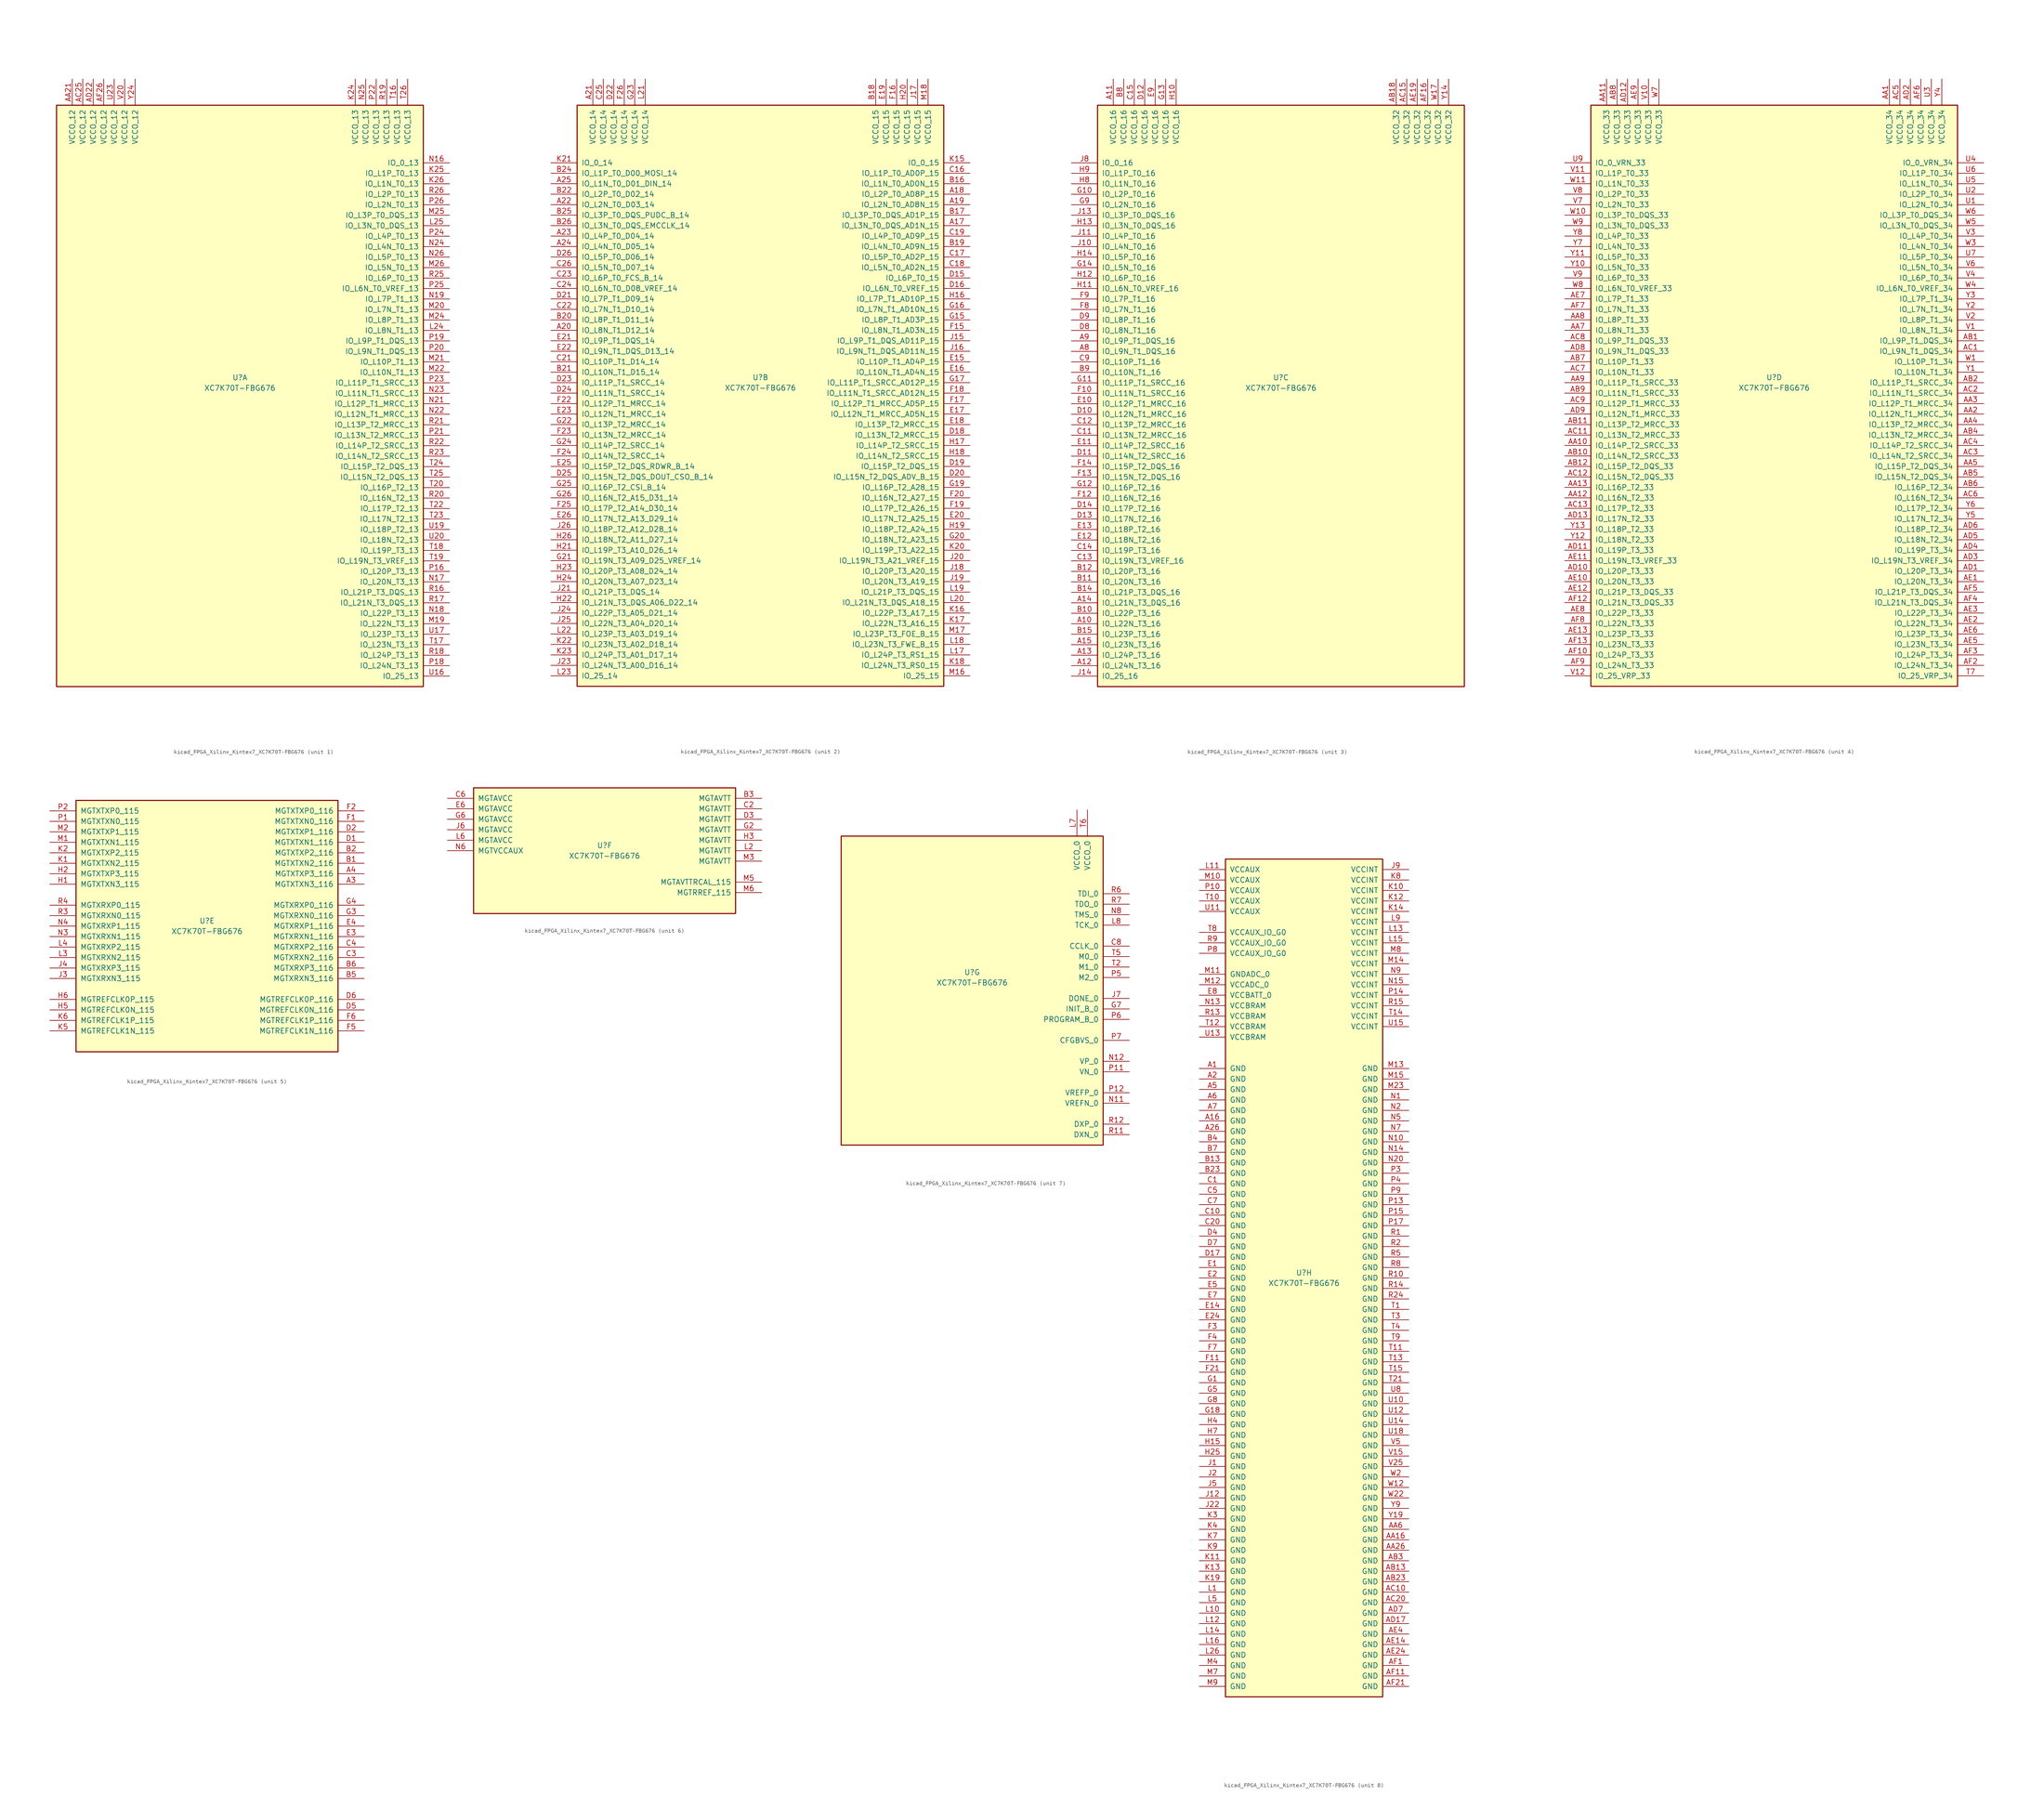
<source format=kicad_sym>
(kicad_symbol_lib
  (version 20220914)
  (generator kicad_symbol_editor)
  (symbol "kicad_FPGA_Xilinx_Kintex7_XC7K70T-FBG676"
    (pin_names
      (offset 1.016))
    (property "Reference" "U"
      (at 0 1.27 0)
      (effects (font (size 1.27 1.27))))
    (property "Value" "XC7K70T-FBG676"
      (at 0 -1.27 0)
      (effects (font (size 1.27 1.27))))
    (property "Datasheet" ""
      (at 0 0 0)
      (effects (font (size 1.27 1.27))))
    (property "ki_locked" ""
      (at 0 0 0)
      (effects (font (size 1.27 1.27))))
    (symbol "kicad_FPGA_Xilinx_Kintex7_XC7K70T-FBG676_1_1"
      (rectangle (start -44.45 67.31) (end 44.45 -73.66) (stroke (width 0.254) (type default)) (fill (type background)))
      (pin power_in line (at -40.64 73.66 270) (length 6.35) (name "VCCO_12" (effects (font (size 1.27 1.27)))) (number "AA21" (effects (font (size 1.27 1.27)))))
      (pin power_in line (at -38.1 73.66 270) (length 6.35) (name "VCCO_12" (effects (font (size 1.27 1.27)))) (number "AC25" (effects (font (size 1.27 1.27)))))
      (pin power_in line (at -35.56 73.66 270) (length 6.35) (name "VCCO_12" (effects (font (size 1.27 1.27)))) (number "AD22" (effects (font (size 1.27 1.27)))))
      (pin power_in line (at -33.02 73.66 270) (length 6.35) (name "VCCO_12" (effects (font (size 1.27 1.27)))) (number "AF26" (effects (font (size 1.27 1.27)))))
      (pin power_in line (at 27.94 73.66 270) (length 6.35) (name "VCCO_13" (effects (font (size 1.27 1.27)))) (number "K24" (effects (font (size 1.27 1.27)))))
      (pin bidirectional line (at 50.8 50.8 180) (length 6.35) (name "IO_L1P_T0_13" (effects (font (size 1.27 1.27)))) (number "K25" (effects (font (size 1.27 1.27)))))
      (pin bidirectional line (at 50.8 48.26 180) (length 6.35) (name "IO_L1N_T0_13" (effects (font (size 1.27 1.27)))) (number "K26" (effects (font (size 1.27 1.27)))))
      (pin bidirectional line (at 50.8 12.7 180) (length 6.35) (name "IO_L8N_T1_13" (effects (font (size 1.27 1.27)))) (number "L24" (effects (font (size 1.27 1.27)))))
      (pin bidirectional line (at 50.8 38.1 180) (length 6.35) (name "IO_L3N_T0_DQS_13" (effects (font (size 1.27 1.27)))) (number "L25" (effects (font (size 1.27 1.27)))))
      (pin bidirectional line (at 50.8 -58.42 180) (length 6.35) (name "IO_L22N_T3_13" (effects (font (size 1.27 1.27)))) (number "M19" (effects (font (size 1.27 1.27)))))
      (pin bidirectional line (at 50.8 17.78 180) (length 6.35) (name "IO_L7N_T1_13" (effects (font (size 1.27 1.27)))) (number "M20" (effects (font (size 1.27 1.27)))))
      (pin bidirectional line (at 50.8 5.08 180) (length 6.35) (name "IO_L10P_T1_13" (effects (font (size 1.27 1.27)))) (number "M21" (effects (font (size 1.27 1.27)))))
      (pin bidirectional line (at 50.8 2.54 180) (length 6.35) (name "IO_L10N_T1_13" (effects (font (size 1.27 1.27)))) (number "M22" (effects (font (size 1.27 1.27)))))
      (pin bidirectional line (at 50.8 15.24 180) (length 6.35) (name "IO_L8P_T1_13" (effects (font (size 1.27 1.27)))) (number "M24" (effects (font (size 1.27 1.27)))))
      (pin bidirectional line (at 50.8 40.64 180) (length 6.35) (name "IO_L3P_T0_DQS_13" (effects (font (size 1.27 1.27)))) (number "M25" (effects (font (size 1.27 1.27)))))
      (pin bidirectional line (at 50.8 27.94 180) (length 6.35) (name "IO_L5N_T0_13" (effects (font (size 1.27 1.27)))) (number "M26" (effects (font (size 1.27 1.27)))))
      (pin bidirectional line (at 50.8 53.34 180) (length 6.35) (name "IO_0_13" (effects (font (size 1.27 1.27)))) (number "N16" (effects (font (size 1.27 1.27)))))
      (pin bidirectional line (at 50.8 -48.26 180) (length 6.35) (name "IO_L20N_T3_13" (effects (font (size 1.27 1.27)))) (number "N17" (effects (font (size 1.27 1.27)))))
      (pin bidirectional line (at 50.8 -55.88 180) (length 6.35) (name "IO_L22P_T3_13" (effects (font (size 1.27 1.27)))) (number "N18" (effects (font (size 1.27 1.27)))))
      (pin bidirectional line (at 50.8 20.32 180) (length 6.35) (name "IO_L7P_T1_13" (effects (font (size 1.27 1.27)))) (number "N19" (effects (font (size 1.27 1.27)))))
      (pin bidirectional line (at 50.8 -5.08 180) (length 6.35) (name "IO_L12P_T1_MRCC_13" (effects (font (size 1.27 1.27)))) (number "N21" (effects (font (size 1.27 1.27)))))
      (pin bidirectional line (at 50.8 -7.62 180) (length 6.35) (name "IO_L12N_T1_MRCC_13" (effects (font (size 1.27 1.27)))) (number "N22" (effects (font (size 1.27 1.27)))))
      (pin bidirectional line (at 50.8 -2.54 180) (length 6.35) (name "IO_L11N_T1_SRCC_13" (effects (font (size 1.27 1.27)))) (number "N23" (effects (font (size 1.27 1.27)))))
      (pin bidirectional line (at 50.8 33.02 180) (length 6.35) (name "IO_L4N_T0_13" (effects (font (size 1.27 1.27)))) (number "N24" (effects (font (size 1.27 1.27)))))
      (pin power_in line (at 30.48 73.66 270) (length 6.35) (name "VCCO_13" (effects (font (size 1.27 1.27)))) (number "N25" (effects (font (size 1.27 1.27)))))
      (pin bidirectional line (at 50.8 30.48 180) (length 6.35) (name "IO_L5P_T0_13" (effects (font (size 1.27 1.27)))) (number "N26" (effects (font (size 1.27 1.27)))))
      (pin bidirectional line (at 50.8 -45.72 180) (length 6.35) (name "IO_L20P_T3_13" (effects (font (size 1.27 1.27)))) (number "P16" (effects (font (size 1.27 1.27)))))
      (pin bidirectional line (at 50.8 -68.58 180) (length 6.35) (name "IO_L24N_T3_13" (effects (font (size 1.27 1.27)))) (number "P18" (effects (font (size 1.27 1.27)))))
      (pin bidirectional line (at 50.8 10.16 180) (length 6.35) (name "IO_L9P_T1_DQS_13" (effects (font (size 1.27 1.27)))) (number "P19" (effects (font (size 1.27 1.27)))))
      (pin bidirectional line (at 50.8 7.62 180) (length 6.35) (name "IO_L9N_T1_DQS_13" (effects (font (size 1.27 1.27)))) (number "P20" (effects (font (size 1.27 1.27)))))
      (pin bidirectional line (at 50.8 -12.7 180) (length 6.35) (name "IO_L13N_T2_MRCC_13" (effects (font (size 1.27 1.27)))) (number "P21" (effects (font (size 1.27 1.27)))))
      (pin power_in line (at 33.02 73.66 270) (length 6.35) (name "VCCO_13" (effects (font (size 1.27 1.27)))) (number "P22" (effects (font (size 1.27 1.27)))))
      (pin bidirectional line (at 50.8 0 180) (length 6.35) (name "IO_L11P_T1_SRCC_13" (effects (font (size 1.27 1.27)))) (number "P23" (effects (font (size 1.27 1.27)))))
      (pin bidirectional line (at 50.8 35.56 180) (length 6.35) (name "IO_L4P_T0_13" (effects (font (size 1.27 1.27)))) (number "P24" (effects (font (size 1.27 1.27)))))
      (pin bidirectional line (at 50.8 22.86 180) (length 6.35) (name "IO_L6N_T0_VREF_13" (effects (font (size 1.27 1.27)))) (number "P25" (effects (font (size 1.27 1.27)))))
      (pin bidirectional line (at 50.8 43.18 180) (length 6.35) (name "IO_L2N_T0_13" (effects (font (size 1.27 1.27)))) (number "P26" (effects (font (size 1.27 1.27)))))
      (pin bidirectional line (at 50.8 -50.8 180) (length 6.35) (name "IO_L21P_T3_DQS_13" (effects (font (size 1.27 1.27)))) (number "R16" (effects (font (size 1.27 1.27)))))
      (pin bidirectional line (at 50.8 -53.34 180) (length 6.35) (name "IO_L21N_T3_DQS_13" (effects (font (size 1.27 1.27)))) (number "R17" (effects (font (size 1.27 1.27)))))
      (pin bidirectional line (at 50.8 -66.04 180) (length 6.35) (name "IO_L24P_T3_13" (effects (font (size 1.27 1.27)))) (number "R18" (effects (font (size 1.27 1.27)))))
      (pin power_in line (at 35.56 73.66 270) (length 6.35) (name "VCCO_13" (effects (font (size 1.27 1.27)))) (number "R19" (effects (font (size 1.27 1.27)))))
      (pin bidirectional line (at 50.8 -27.94 180) (length 6.35) (name "IO_L16N_T2_13" (effects (font (size 1.27 1.27)))) (number "R20" (effects (font (size 1.27 1.27)))))
      (pin bidirectional line (at 50.8 -10.16 180) (length 6.35) (name "IO_L13P_T2_MRCC_13" (effects (font (size 1.27 1.27)))) (number "R21" (effects (font (size 1.27 1.27)))))
      (pin bidirectional line (at 50.8 -15.24 180) (length 6.35) (name "IO_L14P_T2_SRCC_13" (effects (font (size 1.27 1.27)))) (number "R22" (effects (font (size 1.27 1.27)))))
      (pin bidirectional line (at 50.8 -17.78 180) (length 6.35) (name "IO_L14N_T2_SRCC_13" (effects (font (size 1.27 1.27)))) (number "R23" (effects (font (size 1.27 1.27)))))
      (pin bidirectional line (at 50.8 25.4 180) (length 6.35) (name "IO_L6P_T0_13" (effects (font (size 1.27 1.27)))) (number "R25" (effects (font (size 1.27 1.27)))))
      (pin bidirectional line (at 50.8 45.72 180) (length 6.35) (name "IO_L2P_T0_13" (effects (font (size 1.27 1.27)))) (number "R26" (effects (font (size 1.27 1.27)))))
      (pin power_in line (at 38.1 73.66 270) (length 6.35) (name "VCCO_13" (effects (font (size 1.27 1.27)))) (number "T16" (effects (font (size 1.27 1.27)))))
      (pin bidirectional line (at 50.8 -63.5 180) (length 6.35) (name "IO_L23N_T3_13" (effects (font (size 1.27 1.27)))) (number "T17" (effects (font (size 1.27 1.27)))))
      (pin bidirectional line (at 50.8 -40.64 180) (length 6.35) (name "IO_L19P_T3_13" (effects (font (size 1.27 1.27)))) (number "T18" (effects (font (size 1.27 1.27)))))
      (pin bidirectional line (at 50.8 -43.18 180) (length 6.35) (name "IO_L19N_T3_VREF_13" (effects (font (size 1.27 1.27)))) (number "T19" (effects (font (size 1.27 1.27)))))
      (pin bidirectional line (at 50.8 -25.4 180) (length 6.35) (name "IO_L16P_T2_13" (effects (font (size 1.27 1.27)))) (number "T20" (effects (font (size 1.27 1.27)))))
      (pin bidirectional line (at 50.8 -30.48 180) (length 6.35) (name "IO_L17P_T2_13" (effects (font (size 1.27 1.27)))) (number "T22" (effects (font (size 1.27 1.27)))))
      (pin bidirectional line (at 50.8 -33.02 180) (length 6.35) (name "IO_L17N_T2_13" (effects (font (size 1.27 1.27)))) (number "T23" (effects (font (size 1.27 1.27)))))
      (pin bidirectional line (at 50.8 -20.32 180) (length 6.35) (name "IO_L15P_T2_DQS_13" (effects (font (size 1.27 1.27)))) (number "T24" (effects (font (size 1.27 1.27)))))
      (pin bidirectional line (at 50.8 -22.86 180) (length 6.35) (name "IO_L15N_T2_DQS_13" (effects (font (size 1.27 1.27)))) (number "T25" (effects (font (size 1.27 1.27)))))
      (pin power_in line (at 40.64 73.66 270) (length 6.35) (name "VCCO_13" (effects (font (size 1.27 1.27)))) (number "T26" (effects (font (size 1.27 1.27)))))
      (pin bidirectional line (at 50.8 -71.12 180) (length 6.35) (name "IO_25_13" (effects (font (size 1.27 1.27)))) (number "U16" (effects (font (size 1.27 1.27)))))
      (pin bidirectional line (at 50.8 -60.96 180) (length 6.35) (name "IO_L23P_T3_13" (effects (font (size 1.27 1.27)))) (number "U17" (effects (font (size 1.27 1.27)))))
      (pin bidirectional line (at 50.8 -35.56 180) (length 6.35) (name "IO_L18P_T2_13" (effects (font (size 1.27 1.27)))) (number "U19" (effects (font (size 1.27 1.27)))))
      (pin bidirectional line (at 50.8 -38.1 180) (length 6.35) (name "IO_L18N_T2_13" (effects (font (size 1.27 1.27)))) (number "U20" (effects (font (size 1.27 1.27)))))
      (pin power_in line (at -30.48 73.66 270) (length 6.35) (name "VCCO_12" (effects (font (size 1.27 1.27)))) (number "U23" (effects (font (size 1.27 1.27)))))
      (pin power_in line (at -27.94 73.66 270) (length 6.35) (name "VCCO_12" (effects (font (size 1.27 1.27)))) (number "V20" (effects (font (size 1.27 1.27)))))
      (pin power_in line (at -25.4 73.66 270) (length 6.35) (name "VCCO_12" (effects (font (size 1.27 1.27)))) (number "Y24" (effects (font (size 1.27 1.27))))))
    (symbol "kicad_FPGA_Xilinx_Kintex7_XC7K70T-FBG676_2_1"
      (rectangle (start -44.45 67.31) (end 44.45 -73.66) (stroke (width 0.254) (type default)) (fill (type background)))
      (pin bidirectional line (at 50.8 38.1 180) (length 6.35) (name "IO_L3N_T0_DQS_AD1N_15" (effects (font (size 1.27 1.27)))) (number "A17" (effects (font (size 1.27 1.27)))))
      (pin bidirectional line (at 50.8 45.72 180) (length 6.35) (name "IO_L2P_T0_AD8P_15" (effects (font (size 1.27 1.27)))) (number "A18" (effects (font (size 1.27 1.27)))))
      (pin bidirectional line (at 50.8 43.18 180) (length 6.35) (name "IO_L2N_T0_AD8N_15" (effects (font (size 1.27 1.27)))) (number "A19" (effects (font (size 1.27 1.27)))))
      (pin bidirectional line (at -50.8 12.7 0) (length 6.35) (name "IO_L8N_T1_D12_14" (effects (font (size 1.27 1.27)))) (number "A20" (effects (font (size 1.27 1.27)))))
      (pin power_in line (at -40.64 73.66 270) (length 6.35) (name "VCCO_14" (effects (font (size 1.27 1.27)))) (number "A21" (effects (font (size 1.27 1.27)))))
      (pin bidirectional line (at -50.8 43.18 0) (length 6.35) (name "IO_L2N_T0_D03_14" (effects (font (size 1.27 1.27)))) (number "A22" (effects (font (size 1.27 1.27)))))
      (pin bidirectional line (at -50.8 35.56 0) (length 6.35) (name "IO_L4P_T0_D04_14" (effects (font (size 1.27 1.27)))) (number "A23" (effects (font (size 1.27 1.27)))))
      (pin bidirectional line (at -50.8 33.02 0) (length 6.35) (name "IO_L4N_T0_D05_14" (effects (font (size 1.27 1.27)))) (number "A24" (effects (font (size 1.27 1.27)))))
      (pin bidirectional line (at -50.8 48.26 0) (length 6.35) (name "IO_L1N_T0_D01_DIN_14" (effects (font (size 1.27 1.27)))) (number "A25" (effects (font (size 1.27 1.27)))))
      (pin bidirectional line (at 50.8 48.26 180) (length 6.35) (name "IO_L1N_T0_AD0N_15" (effects (font (size 1.27 1.27)))) (number "B16" (effects (font (size 1.27 1.27)))))
      (pin bidirectional line (at 50.8 40.64 180) (length 6.35) (name "IO_L3P_T0_DQS_AD1P_15" (effects (font (size 1.27 1.27)))) (number "B17" (effects (font (size 1.27 1.27)))))
      (pin power_in line (at 27.94 73.66 270) (length 6.35) (name "VCCO_15" (effects (font (size 1.27 1.27)))) (number "B18" (effects (font (size 1.27 1.27)))))
      (pin bidirectional line (at 50.8 33.02 180) (length 6.35) (name "IO_L4N_T0_AD9N_15" (effects (font (size 1.27 1.27)))) (number "B19" (effects (font (size 1.27 1.27)))))
      (pin bidirectional line (at -50.8 15.24 0) (length 6.35) (name "IO_L8P_T1_D11_14" (effects (font (size 1.27 1.27)))) (number "B20" (effects (font (size 1.27 1.27)))))
      (pin bidirectional line (at -50.8 2.54 0) (length 6.35) (name "IO_L10N_T1_D15_14" (effects (font (size 1.27 1.27)))) (number "B21" (effects (font (size 1.27 1.27)))))
      (pin bidirectional line (at -50.8 45.72 0) (length 6.35) (name "IO_L2P_T0_D02_14" (effects (font (size 1.27 1.27)))) (number "B22" (effects (font (size 1.27 1.27)))))
      (pin bidirectional line (at -50.8 50.8 0) (length 6.35) (name "IO_L1P_T0_D00_MOSI_14" (effects (font (size 1.27 1.27)))) (number "B24" (effects (font (size 1.27 1.27)))))
      (pin bidirectional line (at -50.8 40.64 0) (length 6.35) (name "IO_L3P_T0_DQS_PUDC_B_14" (effects (font (size 1.27 1.27)))) (number "B25" (effects (font (size 1.27 1.27)))))
      (pin bidirectional line (at -50.8 38.1 0) (length 6.35) (name "IO_L3N_T0_DQS_EMCCLK_14" (effects (font (size 1.27 1.27)))) (number "B26" (effects (font (size 1.27 1.27)))))
      (pin bidirectional line (at 50.8 50.8 180) (length 6.35) (name "IO_L1P_T0_AD0P_15" (effects (font (size 1.27 1.27)))) (number "C16" (effects (font (size 1.27 1.27)))))
      (pin bidirectional line (at 50.8 30.48 180) (length 6.35) (name "IO_L5P_T0_AD2P_15" (effects (font (size 1.27 1.27)))) (number "C17" (effects (font (size 1.27 1.27)))))
      (pin bidirectional line (at 50.8 27.94 180) (length 6.35) (name "IO_L5N_T0_AD2N_15" (effects (font (size 1.27 1.27)))) (number "C18" (effects (font (size 1.27 1.27)))))
      (pin bidirectional line (at 50.8 35.56 180) (length 6.35) (name "IO_L4P_T0_AD9P_15" (effects (font (size 1.27 1.27)))) (number "C19" (effects (font (size 1.27 1.27)))))
      (pin bidirectional line (at -50.8 5.08 0) (length 6.35) (name "IO_L10P_T1_D14_14" (effects (font (size 1.27 1.27)))) (number "C21" (effects (font (size 1.27 1.27)))))
      (pin bidirectional line (at -50.8 17.78 0) (length 6.35) (name "IO_L7N_T1_D10_14" (effects (font (size 1.27 1.27)))) (number "C22" (effects (font (size 1.27 1.27)))))
      (pin bidirectional line (at -50.8 25.4 0) (length 6.35) (name "IO_L6P_T0_FCS_B_14" (effects (font (size 1.27 1.27)))) (number "C23" (effects (font (size 1.27 1.27)))))
      (pin bidirectional line (at -50.8 22.86 0) (length 6.35) (name "IO_L6N_T0_D08_VREF_14" (effects (font (size 1.27 1.27)))) (number "C24" (effects (font (size 1.27 1.27)))))
      (pin power_in line (at -38.1 73.66 270) (length 6.35) (name "VCCO_14" (effects (font (size 1.27 1.27)))) (number "C25" (effects (font (size 1.27 1.27)))))
      (pin bidirectional line (at -50.8 27.94 0) (length 6.35) (name "IO_L5N_T0_D07_14" (effects (font (size 1.27 1.27)))) (number "C26" (effects (font (size 1.27 1.27)))))
      (pin bidirectional line (at 50.8 25.4 180) (length 6.35) (name "IO_L6P_T0_15" (effects (font (size 1.27 1.27)))) (number "D15" (effects (font (size 1.27 1.27)))))
      (pin bidirectional line (at 50.8 22.86 180) (length 6.35) (name "IO_L6N_T0_VREF_15" (effects (font (size 1.27 1.27)))) (number "D16" (effects (font (size 1.27 1.27)))))
      (pin bidirectional line (at 50.8 -12.7 180) (length 6.35) (name "IO_L13N_T2_MRCC_15" (effects (font (size 1.27 1.27)))) (number "D18" (effects (font (size 1.27 1.27)))))
      (pin bidirectional line (at 50.8 -20.32 180) (length 6.35) (name "IO_L15P_T2_DQS_15" (effects (font (size 1.27 1.27)))) (number "D19" (effects (font (size 1.27 1.27)))))
      (pin bidirectional line (at 50.8 -22.86 180) (length 6.35) (name "IO_L15N_T2_DQS_ADV_B_15" (effects (font (size 1.27 1.27)))) (number "D20" (effects (font (size 1.27 1.27)))))
      (pin bidirectional line (at -50.8 20.32 0) (length 6.35) (name "IO_L7P_T1_D09_14" (effects (font (size 1.27 1.27)))) (number "D21" (effects (font (size 1.27 1.27)))))
      (pin power_in line (at -35.56 73.66 270) (length 6.35) (name "VCCO_14" (effects (font (size 1.27 1.27)))) (number "D22" (effects (font (size 1.27 1.27)))))
      (pin bidirectional line (at -50.8 0 0) (length 6.35) (name "IO_L11P_T1_SRCC_14" (effects (font (size 1.27 1.27)))) (number "D23" (effects (font (size 1.27 1.27)))))
      (pin bidirectional line (at -50.8 -2.54 0) (length 6.35) (name "IO_L11N_T1_SRCC_14" (effects (font (size 1.27 1.27)))) (number "D24" (effects (font (size 1.27 1.27)))))
      (pin bidirectional line (at -50.8 -22.86 0) (length 6.35) (name "IO_L15N_T2_DQS_DOUT_CSO_B_14" (effects (font (size 1.27 1.27)))) (number "D25" (effects (font (size 1.27 1.27)))))
      (pin bidirectional line (at -50.8 30.48 0) (length 6.35) (name "IO_L5P_T0_D06_14" (effects (font (size 1.27 1.27)))) (number "D26" (effects (font (size 1.27 1.27)))))
      (pin bidirectional line (at 50.8 5.08 180) (length 6.35) (name "IO_L10P_T1_AD4P_15" (effects (font (size 1.27 1.27)))) (number "E15" (effects (font (size 1.27 1.27)))))
      (pin bidirectional line (at 50.8 2.54 180) (length 6.35) (name "IO_L10N_T1_AD4N_15" (effects (font (size 1.27 1.27)))) (number "E16" (effects (font (size 1.27 1.27)))))
      (pin bidirectional line (at 50.8 -7.62 180) (length 6.35) (name "IO_L12N_T1_MRCC_AD5N_15" (effects (font (size 1.27 1.27)))) (number "E17" (effects (font (size 1.27 1.27)))))
      (pin bidirectional line (at 50.8 -10.16 180) (length 6.35) (name "IO_L13P_T2_MRCC_15" (effects (font (size 1.27 1.27)))) (number "E18" (effects (font (size 1.27 1.27)))))
      (pin power_in line (at 30.48 73.66 270) (length 6.35) (name "VCCO_15" (effects (font (size 1.27 1.27)))) (number "E19" (effects (font (size 1.27 1.27)))))
      (pin bidirectional line (at 50.8 -33.02 180) (length 6.35) (name "IO_L17N_T2_A25_15" (effects (font (size 1.27 1.27)))) (number "E20" (effects (font (size 1.27 1.27)))))
      (pin bidirectional line (at -50.8 10.16 0) (length 6.35) (name "IO_L9P_T1_DQS_14" (effects (font (size 1.27 1.27)))) (number "E21" (effects (font (size 1.27 1.27)))))
      (pin bidirectional line (at -50.8 7.62 0) (length 6.35) (name "IO_L9N_T1_DQS_D13_14" (effects (font (size 1.27 1.27)))) (number "E22" (effects (font (size 1.27 1.27)))))
      (pin bidirectional line (at -50.8 -7.62 0) (length 6.35) (name "IO_L12N_T1_MRCC_14" (effects (font (size 1.27 1.27)))) (number "E23" (effects (font (size 1.27 1.27)))))
      (pin bidirectional line (at -50.8 -20.32 0) (length 6.35) (name "IO_L15P_T2_DQS_RDWR_B_14" (effects (font (size 1.27 1.27)))) (number "E25" (effects (font (size 1.27 1.27)))))
      (pin bidirectional line (at -50.8 -33.02 0) (length 6.35) (name "IO_L17N_T2_A13_D29_14" (effects (font (size 1.27 1.27)))) (number "E26" (effects (font (size 1.27 1.27)))))
      (pin bidirectional line (at 50.8 12.7 180) (length 6.35) (name "IO_L8N_T1_AD3N_15" (effects (font (size 1.27 1.27)))) (number "F15" (effects (font (size 1.27 1.27)))))
      (pin power_in line (at 33.02 73.66 270) (length 6.35) (name "VCCO_15" (effects (font (size 1.27 1.27)))) (number "F16" (effects (font (size 1.27 1.27)))))
      (pin bidirectional line (at 50.8 -5.08 180) (length 6.35) (name "IO_L12P_T1_MRCC_AD5P_15" (effects (font (size 1.27 1.27)))) (number "F17" (effects (font (size 1.27 1.27)))))
      (pin bidirectional line (at 50.8 -2.54 180) (length 6.35) (name "IO_L11N_T1_SRCC_AD12N_15" (effects (font (size 1.27 1.27)))) (number "F18" (effects (font (size 1.27 1.27)))))
      (pin bidirectional line (at 50.8 -30.48 180) (length 6.35) (name "IO_L17P_T2_A26_15" (effects (font (size 1.27 1.27)))) (number "F19" (effects (font (size 1.27 1.27)))))
      (pin bidirectional line (at 50.8 -27.94 180) (length 6.35) (name "IO_L16N_T2_A27_15" (effects (font (size 1.27 1.27)))) (number "F20" (effects (font (size 1.27 1.27)))))
      (pin bidirectional line (at -50.8 -5.08 0) (length 6.35) (name "IO_L12P_T1_MRCC_14" (effects (font (size 1.27 1.27)))) (number "F22" (effects (font (size 1.27 1.27)))))
      (pin bidirectional line (at -50.8 -12.7 0) (length 6.35) (name "IO_L13N_T2_MRCC_14" (effects (font (size 1.27 1.27)))) (number "F23" (effects (font (size 1.27 1.27)))))
      (pin bidirectional line (at -50.8 -17.78 0) (length 6.35) (name "IO_L14N_T2_SRCC_14" (effects (font (size 1.27 1.27)))) (number "F24" (effects (font (size 1.27 1.27)))))
      (pin bidirectional line (at -50.8 -30.48 0) (length 6.35) (name "IO_L17P_T2_A14_D30_14" (effects (font (size 1.27 1.27)))) (number "F25" (effects (font (size 1.27 1.27)))))
      (pin power_in line (at -33.02 73.66 270) (length 6.35) (name "VCCO_14" (effects (font (size 1.27 1.27)))) (number "F26" (effects (font (size 1.27 1.27)))))
      (pin bidirectional line (at 50.8 15.24 180) (length 6.35) (name "IO_L8P_T1_AD3P_15" (effects (font (size 1.27 1.27)))) (number "G15" (effects (font (size 1.27 1.27)))))
      (pin bidirectional line (at 50.8 17.78 180) (length 6.35) (name "IO_L7N_T1_AD10N_15" (effects (font (size 1.27 1.27)))) (number "G16" (effects (font (size 1.27 1.27)))))
      (pin bidirectional line (at 50.8 0 180) (length 6.35) (name "IO_L11P_T1_SRCC_AD12P_15" (effects (font (size 1.27 1.27)))) (number "G17" (effects (font (size 1.27 1.27)))))
      (pin bidirectional line (at 50.8 -25.4 180) (length 6.35) (name "IO_L16P_T2_A28_15" (effects (font (size 1.27 1.27)))) (number "G19" (effects (font (size 1.27 1.27)))))
      (pin bidirectional line (at 50.8 -38.1 180) (length 6.35) (name "IO_L18N_T2_A23_15" (effects (font (size 1.27 1.27)))) (number "G20" (effects (font (size 1.27 1.27)))))
      (pin bidirectional line (at -50.8 -43.18 0) (length 6.35) (name "IO_L19N_T3_A09_D25_VREF_14" (effects (font (size 1.27 1.27)))) (number "G21" (effects (font (size 1.27 1.27)))))
      (pin bidirectional line (at -50.8 -10.16 0) (length 6.35) (name "IO_L13P_T2_MRCC_14" (effects (font (size 1.27 1.27)))) (number "G22" (effects (font (size 1.27 1.27)))))
      (pin power_in line (at -30.48 73.66 270) (length 6.35) (name "VCCO_14" (effects (font (size 1.27 1.27)))) (number "G23" (effects (font (size 1.27 1.27)))))
      (pin bidirectional line (at -50.8 -15.24 0) (length 6.35) (name "IO_L14P_T2_SRCC_14" (effects (font (size 1.27 1.27)))) (number "G24" (effects (font (size 1.27 1.27)))))
      (pin bidirectional line (at -50.8 -25.4 0) (length 6.35) (name "IO_L16P_T2_CSI_B_14" (effects (font (size 1.27 1.27)))) (number "G25" (effects (font (size 1.27 1.27)))))
      (pin bidirectional line (at -50.8 -27.94 0) (length 6.35) (name "IO_L16N_T2_A15_D31_14" (effects (font (size 1.27 1.27)))) (number "G26" (effects (font (size 1.27 1.27)))))
      (pin bidirectional line (at 50.8 20.32 180) (length 6.35) (name "IO_L7P_T1_AD10P_15" (effects (font (size 1.27 1.27)))) (number "H16" (effects (font (size 1.27 1.27)))))
      (pin bidirectional line (at 50.8 -15.24 180) (length 6.35) (name "IO_L14P_T2_SRCC_15" (effects (font (size 1.27 1.27)))) (number "H17" (effects (font (size 1.27 1.27)))))
      (pin bidirectional line (at 50.8 -17.78 180) (length 6.35) (name "IO_L14N_T2_SRCC_15" (effects (font (size 1.27 1.27)))) (number "H18" (effects (font (size 1.27 1.27)))))
      (pin bidirectional line (at 50.8 -35.56 180) (length 6.35) (name "IO_L18P_T2_A24_15" (effects (font (size 1.27 1.27)))) (number "H19" (effects (font (size 1.27 1.27)))))
      (pin power_in line (at 35.56 73.66 270) (length 6.35) (name "VCCO_15" (effects (font (size 1.27 1.27)))) (number "H20" (effects (font (size 1.27 1.27)))))
      (pin bidirectional line (at -50.8 -40.64 0) (length 6.35) (name "IO_L19P_T3_A10_D26_14" (effects (font (size 1.27 1.27)))) (number "H21" (effects (font (size 1.27 1.27)))))
      (pin bidirectional line (at -50.8 -53.34 0) (length 6.35) (name "IO_L21N_T3_DQS_A06_D22_14" (effects (font (size 1.27 1.27)))) (number "H22" (effects (font (size 1.27 1.27)))))
      (pin bidirectional line (at -50.8 -45.72 0) (length 6.35) (name "IO_L20P_T3_A08_D24_14" (effects (font (size 1.27 1.27)))) (number "H23" (effects (font (size 1.27 1.27)))))
      (pin bidirectional line (at -50.8 -48.26 0) (length 6.35) (name "IO_L20N_T3_A07_D23_14" (effects (font (size 1.27 1.27)))) (number "H24" (effects (font (size 1.27 1.27)))))
      (pin bidirectional line (at -50.8 -38.1 0) (length 6.35) (name "IO_L18N_T2_A11_D27_14" (effects (font (size 1.27 1.27)))) (number "H26" (effects (font (size 1.27 1.27)))))
      (pin bidirectional line (at 50.8 10.16 180) (length 6.35) (name "IO_L9P_T1_DQS_AD11P_15" (effects (font (size 1.27 1.27)))) (number "J15" (effects (font (size 1.27 1.27)))))
      (pin bidirectional line (at 50.8 7.62 180) (length 6.35) (name "IO_L9N_T1_DQS_AD11N_15" (effects (font (size 1.27 1.27)))) (number "J16" (effects (font (size 1.27 1.27)))))
      (pin power_in line (at 38.1 73.66 270) (length 6.35) (name "VCCO_15" (effects (font (size 1.27 1.27)))) (number "J17" (effects (font (size 1.27 1.27)))))
      (pin bidirectional line (at 50.8 -45.72 180) (length 6.35) (name "IO_L20P_T3_A20_15" (effects (font (size 1.27 1.27)))) (number "J18" (effects (font (size 1.27 1.27)))))
      (pin bidirectional line (at 50.8 -48.26 180) (length 6.35) (name "IO_L20N_T3_A19_15" (effects (font (size 1.27 1.27)))) (number "J19" (effects (font (size 1.27 1.27)))))
      (pin bidirectional line (at 50.8 -43.18 180) (length 6.35) (name "IO_L19N_T3_A21_VREF_15" (effects (font (size 1.27 1.27)))) (number "J20" (effects (font (size 1.27 1.27)))))
      (pin bidirectional line (at -50.8 -50.8 0) (length 6.35) (name "IO_L21P_T3_DQS_14" (effects (font (size 1.27 1.27)))) (number "J21" (effects (font (size 1.27 1.27)))))
      (pin bidirectional line (at -50.8 -68.58 0) (length 6.35) (name "IO_L24N_T3_A00_D16_14" (effects (font (size 1.27 1.27)))) (number "J23" (effects (font (size 1.27 1.27)))))
      (pin bidirectional line (at -50.8 -55.88 0) (length 6.35) (name "IO_L22P_T3_A05_D21_14" (effects (font (size 1.27 1.27)))) (number "J24" (effects (font (size 1.27 1.27)))))
      (pin bidirectional line (at -50.8 -58.42 0) (length 6.35) (name "IO_L22N_T3_A04_D20_14" (effects (font (size 1.27 1.27)))) (number "J25" (effects (font (size 1.27 1.27)))))
      (pin bidirectional line (at -50.8 -35.56 0) (length 6.35) (name "IO_L18P_T2_A12_D28_14" (effects (font (size 1.27 1.27)))) (number "J26" (effects (font (size 1.27 1.27)))))
      (pin bidirectional line (at 50.8 53.34 180) (length 6.35) (name "IO_0_15" (effects (font (size 1.27 1.27)))) (number "K15" (effects (font (size 1.27 1.27)))))
      (pin bidirectional line (at 50.8 -55.88 180) (length 6.35) (name "IO_L22P_T3_A17_15" (effects (font (size 1.27 1.27)))) (number "K16" (effects (font (size 1.27 1.27)))))
      (pin bidirectional line (at 50.8 -58.42 180) (length 6.35) (name "IO_L22N_T3_A16_15" (effects (font (size 1.27 1.27)))) (number "K17" (effects (font (size 1.27 1.27)))))
      (pin bidirectional line (at 50.8 -68.58 180) (length 6.35) (name "IO_L24N_T3_RS0_15" (effects (font (size 1.27 1.27)))) (number "K18" (effects (font (size 1.27 1.27)))))
      (pin bidirectional line (at 50.8 -40.64 180) (length 6.35) (name "IO_L19P_T3_A22_15" (effects (font (size 1.27 1.27)))) (number "K20" (effects (font (size 1.27 1.27)))))
      (pin bidirectional line (at -50.8 53.34 0) (length 6.35) (name "IO_0_14" (effects (font (size 1.27 1.27)))) (number "K21" (effects (font (size 1.27 1.27)))))
      (pin bidirectional line (at -50.8 -63.5 0) (length 6.35) (name "IO_L23N_T3_A02_D18_14" (effects (font (size 1.27 1.27)))) (number "K22" (effects (font (size 1.27 1.27)))))
      (pin bidirectional line (at -50.8 -66.04 0) (length 6.35) (name "IO_L24P_T3_A01_D17_14" (effects (font (size 1.27 1.27)))) (number "K23" (effects (font (size 1.27 1.27)))))
      (pin bidirectional line (at 50.8 -66.04 180) (length 6.35) (name "IO_L24P_T3_RS1_15" (effects (font (size 1.27 1.27)))) (number "L17" (effects (font (size 1.27 1.27)))))
      (pin bidirectional line (at 50.8 -63.5 180) (length 6.35) (name "IO_L23N_T3_FWE_B_15" (effects (font (size 1.27 1.27)))) (number "L18" (effects (font (size 1.27 1.27)))))
      (pin bidirectional line (at 50.8 -50.8 180) (length 6.35) (name "IO_L21P_T3_DQS_15" (effects (font (size 1.27 1.27)))) (number "L19" (effects (font (size 1.27 1.27)))))
      (pin bidirectional line (at 50.8 -53.34 180) (length 6.35) (name "IO_L21N_T3_DQS_A18_15" (effects (font (size 1.27 1.27)))) (number "L20" (effects (font (size 1.27 1.27)))))
      (pin power_in line (at -27.94 73.66 270) (length 6.35) (name "VCCO_14" (effects (font (size 1.27 1.27)))) (number "L21" (effects (font (size 1.27 1.27)))))
      (pin bidirectional line (at -50.8 -60.96 0) (length 6.35) (name "IO_L23P_T3_A03_D19_14" (effects (font (size 1.27 1.27)))) (number "L22" (effects (font (size 1.27 1.27)))))
      (pin bidirectional line (at -50.8 -71.12 0) (length 6.35) (name "IO_25_14" (effects (font (size 1.27 1.27)))) (number "L23" (effects (font (size 1.27 1.27)))))
      (pin bidirectional line (at 50.8 -71.12 180) (length 6.35) (name "IO_25_15" (effects (font (size 1.27 1.27)))) (number "M16" (effects (font (size 1.27 1.27)))))
      (pin bidirectional line (at 50.8 -60.96 180) (length 6.35) (name "IO_L23P_T3_FOE_B_15" (effects (font (size 1.27 1.27)))) (number "M17" (effects (font (size 1.27 1.27)))))
      (pin power_in line (at 40.64 73.66 270) (length 6.35) (name "VCCO_15" (effects (font (size 1.27 1.27)))) (number "M18" (effects (font (size 1.27 1.27))))))
    (symbol "kicad_FPGA_Xilinx_Kintex7_XC7K70T-FBG676_3_1"
      (rectangle (start -44.45 67.31) (end 44.45 -73.66) (stroke (width 0.254) (type default)) (fill (type background)))
      (pin bidirectional line (at -50.8 -58.42 0) (length 6.35) (name "IO_L22N_T3_16" (effects (font (size 1.27 1.27)))) (number "A10" (effects (font (size 1.27 1.27)))))
      (pin power_in line (at -40.64 73.66 270) (length 6.35) (name "VCCO_16" (effects (font (size 1.27 1.27)))) (number "A11" (effects (font (size 1.27 1.27)))))
      (pin bidirectional line (at -50.8 -68.58 0) (length 6.35) (name "IO_L24N_T3_16" (effects (font (size 1.27 1.27)))) (number "A12" (effects (font (size 1.27 1.27)))))
      (pin bidirectional line (at -50.8 -66.04 0) (length 6.35) (name "IO_L24P_T3_16" (effects (font (size 1.27 1.27)))) (number "A13" (effects (font (size 1.27 1.27)))))
      (pin bidirectional line (at -50.8 -53.34 0) (length 6.35) (name "IO_L21N_T3_DQS_16" (effects (font (size 1.27 1.27)))) (number "A14" (effects (font (size 1.27 1.27)))))
      (pin bidirectional line (at -50.8 -63.5 0) (length 6.35) (name "IO_L23N_T3_16" (effects (font (size 1.27 1.27)))) (number "A15" (effects (font (size 1.27 1.27)))))
      (pin bidirectional line (at -50.8 7.62 0) (length 6.35) (name "IO_L9N_T1_DQS_16" (effects (font (size 1.27 1.27)))) (number "A8" (effects (font (size 1.27 1.27)))))
      (pin bidirectional line (at -50.8 10.16 0) (length 6.35) (name "IO_L9P_T1_DQS_16" (effects (font (size 1.27 1.27)))) (number "A9" (effects (font (size 1.27 1.27)))))
      (pin power_in line (at 27.94 73.66 270) (length 6.35) (name "VCCO_32" (effects (font (size 1.27 1.27)))) (number "AB18" (effects (font (size 1.27 1.27)))))
      (pin power_in line (at 30.48 73.66 270) (length 6.35) (name "VCCO_32" (effects (font (size 1.27 1.27)))) (number "AC15" (effects (font (size 1.27 1.27)))))
      (pin power_in line (at 33.02 73.66 270) (length 6.35) (name "VCCO_32" (effects (font (size 1.27 1.27)))) (number "AE19" (effects (font (size 1.27 1.27)))))
      (pin power_in line (at 35.56 73.66 270) (length 6.35) (name "VCCO_32" (effects (font (size 1.27 1.27)))) (number "AF16" (effects (font (size 1.27 1.27)))))
      (pin bidirectional line (at -50.8 -55.88 0) (length 6.35) (name "IO_L22P_T3_16" (effects (font (size 1.27 1.27)))) (number "B10" (effects (font (size 1.27 1.27)))))
      (pin bidirectional line (at -50.8 -48.26 0) (length 6.35) (name "IO_L20N_T3_16" (effects (font (size 1.27 1.27)))) (number "B11" (effects (font (size 1.27 1.27)))))
      (pin bidirectional line (at -50.8 -45.72 0) (length 6.35) (name "IO_L20P_T3_16" (effects (font (size 1.27 1.27)))) (number "B12" (effects (font (size 1.27 1.27)))))
      (pin bidirectional line (at -50.8 -50.8 0) (length 6.35) (name "IO_L21P_T3_DQS_16" (effects (font (size 1.27 1.27)))) (number "B14" (effects (font (size 1.27 1.27)))))
      (pin bidirectional line (at -50.8 -60.96 0) (length 6.35) (name "IO_L23P_T3_16" (effects (font (size 1.27 1.27)))) (number "B15" (effects (font (size 1.27 1.27)))))
      (pin power_in line (at -38.1 73.66 270) (length 6.35) (name "VCCO_16" (effects (font (size 1.27 1.27)))) (number "B8" (effects (font (size 1.27 1.27)))))
      (pin bidirectional line (at -50.8 2.54 0) (length 6.35) (name "IO_L10N_T1_16" (effects (font (size 1.27 1.27)))) (number "B9" (effects (font (size 1.27 1.27)))))
      (pin bidirectional line (at -50.8 -12.7 0) (length 6.35) (name "IO_L13N_T2_MRCC_16" (effects (font (size 1.27 1.27)))) (number "C11" (effects (font (size 1.27 1.27)))))
      (pin bidirectional line (at -50.8 -10.16 0) (length 6.35) (name "IO_L13P_T2_MRCC_16" (effects (font (size 1.27 1.27)))) (number "C12" (effects (font (size 1.27 1.27)))))
      (pin bidirectional line (at -50.8 -43.18 0) (length 6.35) (name "IO_L19N_T3_VREF_16" (effects (font (size 1.27 1.27)))) (number "C13" (effects (font (size 1.27 1.27)))))
      (pin bidirectional line (at -50.8 -40.64 0) (length 6.35) (name "IO_L19P_T3_16" (effects (font (size 1.27 1.27)))) (number "C14" (effects (font (size 1.27 1.27)))))
      (pin power_in line (at -35.56 73.66 270) (length 6.35) (name "VCCO_16" (effects (font (size 1.27 1.27)))) (number "C15" (effects (font (size 1.27 1.27)))))
      (pin bidirectional line (at -50.8 5.08 0) (length 6.35) (name "IO_L10P_T1_16" (effects (font (size 1.27 1.27)))) (number "C9" (effects (font (size 1.27 1.27)))))
      (pin bidirectional line (at -50.8 -7.62 0) (length 6.35) (name "IO_L12N_T1_MRCC_16" (effects (font (size 1.27 1.27)))) (number "D10" (effects (font (size 1.27 1.27)))))
      (pin bidirectional line (at -50.8 -17.78 0) (length 6.35) (name "IO_L14N_T2_SRCC_16" (effects (font (size 1.27 1.27)))) (number "D11" (effects (font (size 1.27 1.27)))))
      (pin power_in line (at -33.02 73.66 270) (length 6.35) (name "VCCO_16" (effects (font (size 1.27 1.27)))) (number "D12" (effects (font (size 1.27 1.27)))))
      (pin bidirectional line (at -50.8 -33.02 0) (length 6.35) (name "IO_L17N_T2_16" (effects (font (size 1.27 1.27)))) (number "D13" (effects (font (size 1.27 1.27)))))
      (pin bidirectional line (at -50.8 -30.48 0) (length 6.35) (name "IO_L17P_T2_16" (effects (font (size 1.27 1.27)))) (number "D14" (effects (font (size 1.27 1.27)))))
      (pin bidirectional line (at -50.8 12.7 0) (length 6.35) (name "IO_L8N_T1_16" (effects (font (size 1.27 1.27)))) (number "D8" (effects (font (size 1.27 1.27)))))
      (pin bidirectional line (at -50.8 15.24 0) (length 6.35) (name "IO_L8P_T1_16" (effects (font (size 1.27 1.27)))) (number "D9" (effects (font (size 1.27 1.27)))))
      (pin bidirectional line (at -50.8 -5.08 0) (length 6.35) (name "IO_L12P_T1_MRCC_16" (effects (font (size 1.27 1.27)))) (number "E10" (effects (font (size 1.27 1.27)))))
      (pin bidirectional line (at -50.8 -15.24 0) (length 6.35) (name "IO_L14P_T2_SRCC_16" (effects (font (size 1.27 1.27)))) (number "E11" (effects (font (size 1.27 1.27)))))
      (pin bidirectional line (at -50.8 -38.1 0) (length 6.35) (name "IO_L18N_T2_16" (effects (font (size 1.27 1.27)))) (number "E12" (effects (font (size 1.27 1.27)))))
      (pin bidirectional line (at -50.8 -35.56 0) (length 6.35) (name "IO_L18P_T2_16" (effects (font (size 1.27 1.27)))) (number "E13" (effects (font (size 1.27 1.27)))))
      (pin power_in line (at -30.48 73.66 270) (length 6.35) (name "VCCO_16" (effects (font (size 1.27 1.27)))) (number "E9" (effects (font (size 1.27 1.27)))))
      (pin bidirectional line (at -50.8 -2.54 0) (length 6.35) (name "IO_L11N_T1_SRCC_16" (effects (font (size 1.27 1.27)))) (number "F10" (effects (font (size 1.27 1.27)))))
      (pin bidirectional line (at -50.8 -27.94 0) (length 6.35) (name "IO_L16N_T2_16" (effects (font (size 1.27 1.27)))) (number "F12" (effects (font (size 1.27 1.27)))))
      (pin bidirectional line (at -50.8 -22.86 0) (length 6.35) (name "IO_L15N_T2_DQS_16" (effects (font (size 1.27 1.27)))) (number "F13" (effects (font (size 1.27 1.27)))))
      (pin bidirectional line (at -50.8 -20.32 0) (length 6.35) (name "IO_L15P_T2_DQS_16" (effects (font (size 1.27 1.27)))) (number "F14" (effects (font (size 1.27 1.27)))))
      (pin bidirectional line (at -50.8 17.78 0) (length 6.35) (name "IO_L7N_T1_16" (effects (font (size 1.27 1.27)))) (number "F8" (effects (font (size 1.27 1.27)))))
      (pin bidirectional line (at -50.8 20.32 0) (length 6.35) (name "IO_L7P_T1_16" (effects (font (size 1.27 1.27)))) (number "F9" (effects (font (size 1.27 1.27)))))
      (pin bidirectional line (at -50.8 45.72 0) (length 6.35) (name "IO_L2P_T0_16" (effects (font (size 1.27 1.27)))) (number "G10" (effects (font (size 1.27 1.27)))))
      (pin bidirectional line (at -50.8 0 0) (length 6.35) (name "IO_L11P_T1_SRCC_16" (effects (font (size 1.27 1.27)))) (number "G11" (effects (font (size 1.27 1.27)))))
      (pin bidirectional line (at -50.8 -25.4 0) (length 6.35) (name "IO_L16P_T2_16" (effects (font (size 1.27 1.27)))) (number "G12" (effects (font (size 1.27 1.27)))))
      (pin power_in line (at -27.94 73.66 270) (length 6.35) (name "VCCO_16" (effects (font (size 1.27 1.27)))) (number "G13" (effects (font (size 1.27 1.27)))))
      (pin bidirectional line (at -50.8 27.94 0) (length 6.35) (name "IO_L5N_T0_16" (effects (font (size 1.27 1.27)))) (number "G14" (effects (font (size 1.27 1.27)))))
      (pin bidirectional line (at -50.8 43.18 0) (length 6.35) (name "IO_L2N_T0_16" (effects (font (size 1.27 1.27)))) (number "G9" (effects (font (size 1.27 1.27)))))
      (pin power_in line (at -25.4 73.66 270) (length 6.35) (name "VCCO_16" (effects (font (size 1.27 1.27)))) (number "H10" (effects (font (size 1.27 1.27)))))
      (pin bidirectional line (at -50.8 22.86 0) (length 6.35) (name "IO_L6N_T0_VREF_16" (effects (font (size 1.27 1.27)))) (number "H11" (effects (font (size 1.27 1.27)))))
      (pin bidirectional line (at -50.8 25.4 0) (length 6.35) (name "IO_L6P_T0_16" (effects (font (size 1.27 1.27)))) (number "H12" (effects (font (size 1.27 1.27)))))
      (pin bidirectional line (at -50.8 38.1 0) (length 6.35) (name "IO_L3N_T0_DQS_16" (effects (font (size 1.27 1.27)))) (number "H13" (effects (font (size 1.27 1.27)))))
      (pin bidirectional line (at -50.8 30.48 0) (length 6.35) (name "IO_L5P_T0_16" (effects (font (size 1.27 1.27)))) (number "H14" (effects (font (size 1.27 1.27)))))
      (pin bidirectional line (at -50.8 48.26 0) (length 6.35) (name "IO_L1N_T0_16" (effects (font (size 1.27 1.27)))) (number "H8" (effects (font (size 1.27 1.27)))))
      (pin bidirectional line (at -50.8 50.8 0) (length 6.35) (name "IO_L1P_T0_16" (effects (font (size 1.27 1.27)))) (number "H9" (effects (font (size 1.27 1.27)))))
      (pin bidirectional line (at -50.8 33.02 0) (length 6.35) (name "IO_L4N_T0_16" (effects (font (size 1.27 1.27)))) (number "J10" (effects (font (size 1.27 1.27)))))
      (pin bidirectional line (at -50.8 35.56 0) (length 6.35) (name "IO_L4P_T0_16" (effects (font (size 1.27 1.27)))) (number "J11" (effects (font (size 1.27 1.27)))))
      (pin bidirectional line (at -50.8 40.64 0) (length 6.35) (name "IO_L3P_T0_DQS_16" (effects (font (size 1.27 1.27)))) (number "J13" (effects (font (size 1.27 1.27)))))
      (pin bidirectional line (at -50.8 -71.12 0) (length 6.35) (name "IO_25_16" (effects (font (size 1.27 1.27)))) (number "J14" (effects (font (size 1.27 1.27)))))
      (pin bidirectional line (at -50.8 53.34 0) (length 6.35) (name "IO_0_16" (effects (font (size 1.27 1.27)))) (number "J8" (effects (font (size 1.27 1.27)))))
      (pin power_in line (at 38.1 73.66 270) (length 6.35) (name "VCCO_32" (effects (font (size 1.27 1.27)))) (number "W17" (effects (font (size 1.27 1.27)))))
      (pin power_in line (at 40.64 73.66 270) (length 6.35) (name "VCCO_32" (effects (font (size 1.27 1.27)))) (number "Y14" (effects (font (size 1.27 1.27))))))
    (symbol "kicad_FPGA_Xilinx_Kintex7_XC7K70T-FBG676_4_1"
      (rectangle (start -44.45 67.31) (end 44.45 -73.66) (stroke (width 0.254) (type default)) (fill (type background)))
      (pin power_in line (at 27.94 73.66 270) (length 6.35) (name "VCCO_34" (effects (font (size 1.27 1.27)))) (number "AA1" (effects (font (size 1.27 1.27)))))
      (pin bidirectional line (at -50.8 -15.24 0) (length 6.35) (name "IO_L14P_T2_SRCC_33" (effects (font (size 1.27 1.27)))) (number "AA10" (effects (font (size 1.27 1.27)))))
      (pin power_in line (at -40.64 73.66 270) (length 6.35) (name "VCCO_33" (effects (font (size 1.27 1.27)))) (number "AA11" (effects (font (size 1.27 1.27)))))
      (pin bidirectional line (at -50.8 -27.94 0) (length 6.35) (name "IO_L16N_T2_33" (effects (font (size 1.27 1.27)))) (number "AA12" (effects (font (size 1.27 1.27)))))
      (pin bidirectional line (at -50.8 -25.4 0) (length 6.35) (name "IO_L16P_T2_33" (effects (font (size 1.27 1.27)))) (number "AA13" (effects (font (size 1.27 1.27)))))
      (pin bidirectional line (at 50.8 -7.62 180) (length 6.35) (name "IO_L12N_T1_MRCC_34" (effects (font (size 1.27 1.27)))) (number "AA2" (effects (font (size 1.27 1.27)))))
      (pin bidirectional line (at 50.8 -5.08 180) (length 6.35) (name "IO_L12P_T1_MRCC_34" (effects (font (size 1.27 1.27)))) (number "AA3" (effects (font (size 1.27 1.27)))))
      (pin bidirectional line (at 50.8 -10.16 180) (length 6.35) (name "IO_L13P_T2_MRCC_34" (effects (font (size 1.27 1.27)))) (number "AA4" (effects (font (size 1.27 1.27)))))
      (pin bidirectional line (at 50.8 -20.32 180) (length 6.35) (name "IO_L15P_T2_DQS_34" (effects (font (size 1.27 1.27)))) (number "AA5" (effects (font (size 1.27 1.27)))))
      (pin bidirectional line (at -50.8 12.7 0) (length 6.35) (name "IO_L8N_T1_33" (effects (font (size 1.27 1.27)))) (number "AA7" (effects (font (size 1.27 1.27)))))
      (pin bidirectional line (at -50.8 15.24 0) (length 6.35) (name "IO_L8P_T1_33" (effects (font (size 1.27 1.27)))) (number "AA8" (effects (font (size 1.27 1.27)))))
      (pin bidirectional line (at -50.8 0 0) (length 6.35) (name "IO_L11P_T1_SRCC_33" (effects (font (size 1.27 1.27)))) (number "AA9" (effects (font (size 1.27 1.27)))))
      (pin bidirectional line (at 50.8 10.16 180) (length 6.35) (name "IO_L9P_T1_DQS_34" (effects (font (size 1.27 1.27)))) (number "AB1" (effects (font (size 1.27 1.27)))))
      (pin bidirectional line (at -50.8 -17.78 0) (length 6.35) (name "IO_L14N_T2_SRCC_33" (effects (font (size 1.27 1.27)))) (number "AB10" (effects (font (size 1.27 1.27)))))
      (pin bidirectional line (at -50.8 -10.16 0) (length 6.35) (name "IO_L13P_T2_MRCC_33" (effects (font (size 1.27 1.27)))) (number "AB11" (effects (font (size 1.27 1.27)))))
      (pin bidirectional line (at -50.8 -20.32 0) (length 6.35) (name "IO_L15P_T2_DQS_33" (effects (font (size 1.27 1.27)))) (number "AB12" (effects (font (size 1.27 1.27)))))
      (pin bidirectional line (at 50.8 0 180) (length 6.35) (name "IO_L11P_T1_SRCC_34" (effects (font (size 1.27 1.27)))) (number "AB2" (effects (font (size 1.27 1.27)))))
      (pin bidirectional line (at 50.8 -12.7 180) (length 6.35) (name "IO_L13N_T2_MRCC_34" (effects (font (size 1.27 1.27)))) (number "AB4" (effects (font (size 1.27 1.27)))))
      (pin bidirectional line (at 50.8 -22.86 180) (length 6.35) (name "IO_L15N_T2_DQS_34" (effects (font (size 1.27 1.27)))) (number "AB5" (effects (font (size 1.27 1.27)))))
      (pin bidirectional line (at 50.8 -25.4 180) (length 6.35) (name "IO_L16P_T2_34" (effects (font (size 1.27 1.27)))) (number "AB6" (effects (font (size 1.27 1.27)))))
      (pin bidirectional line (at -50.8 5.08 0) (length 6.35) (name "IO_L10P_T1_33" (effects (font (size 1.27 1.27)))) (number "AB7" (effects (font (size 1.27 1.27)))))
      (pin power_in line (at -38.1 73.66 270) (length 6.35) (name "VCCO_33" (effects (font (size 1.27 1.27)))) (number "AB8" (effects (font (size 1.27 1.27)))))
      (pin bidirectional line (at -50.8 -2.54 0) (length 6.35) (name "IO_L11N_T1_SRCC_33" (effects (font (size 1.27 1.27)))) (number "AB9" (effects (font (size 1.27 1.27)))))
      (pin bidirectional line (at 50.8 7.62 180) (length 6.35) (name "IO_L9N_T1_DQS_34" (effects (font (size 1.27 1.27)))) (number "AC1" (effects (font (size 1.27 1.27)))))
      (pin bidirectional line (at -50.8 -12.7 0) (length 6.35) (name "IO_L13N_T2_MRCC_33" (effects (font (size 1.27 1.27)))) (number "AC11" (effects (font (size 1.27 1.27)))))
      (pin bidirectional line (at -50.8 -22.86 0) (length 6.35) (name "IO_L15N_T2_DQS_33" (effects (font (size 1.27 1.27)))) (number "AC12" (effects (font (size 1.27 1.27)))))
      (pin bidirectional line (at -50.8 -30.48 0) (length 6.35) (name "IO_L17P_T2_33" (effects (font (size 1.27 1.27)))) (number "AC13" (effects (font (size 1.27 1.27)))))
      (pin bidirectional line (at 50.8 -2.54 180) (length 6.35) (name "IO_L11N_T1_SRCC_34" (effects (font (size 1.27 1.27)))) (number "AC2" (effects (font (size 1.27 1.27)))))
      (pin bidirectional line (at 50.8 -17.78 180) (length 6.35) (name "IO_L14N_T2_SRCC_34" (effects (font (size 1.27 1.27)))) (number "AC3" (effects (font (size 1.27 1.27)))))
      (pin bidirectional line (at 50.8 -15.24 180) (length 6.35) (name "IO_L14P_T2_SRCC_34" (effects (font (size 1.27 1.27)))) (number "AC4" (effects (font (size 1.27 1.27)))))
      (pin power_in line (at 30.48 73.66 270) (length 6.35) (name "VCCO_34" (effects (font (size 1.27 1.27)))) (number "AC5" (effects (font (size 1.27 1.27)))))
      (pin bidirectional line (at 50.8 -27.94 180) (length 6.35) (name "IO_L16N_T2_34" (effects (font (size 1.27 1.27)))) (number "AC6" (effects (font (size 1.27 1.27)))))
      (pin bidirectional line (at -50.8 2.54 0) (length 6.35) (name "IO_L10N_T1_33" (effects (font (size 1.27 1.27)))) (number "AC7" (effects (font (size 1.27 1.27)))))
      (pin bidirectional line (at -50.8 10.16 0) (length 6.35) (name "IO_L9P_T1_DQS_33" (effects (font (size 1.27 1.27)))) (number "AC8" (effects (font (size 1.27 1.27)))))
      (pin bidirectional line (at -50.8 -5.08 0) (length 6.35) (name "IO_L12P_T1_MRCC_33" (effects (font (size 1.27 1.27)))) (number "AC9" (effects (font (size 1.27 1.27)))))
      (pin bidirectional line (at 50.8 -45.72 180) (length 6.35) (name "IO_L20P_T3_34" (effects (font (size 1.27 1.27)))) (number "AD1" (effects (font (size 1.27 1.27)))))
      (pin bidirectional line (at -50.8 -45.72 0) (length 6.35) (name "IO_L20P_T3_33" (effects (font (size 1.27 1.27)))) (number "AD10" (effects (font (size 1.27 1.27)))))
      (pin bidirectional line (at -50.8 -40.64 0) (length 6.35) (name "IO_L19P_T3_33" (effects (font (size 1.27 1.27)))) (number "AD11" (effects (font (size 1.27 1.27)))))
      (pin power_in line (at -35.56 73.66 270) (length 6.35) (name "VCCO_33" (effects (font (size 1.27 1.27)))) (number "AD12" (effects (font (size 1.27 1.27)))))
      (pin bidirectional line (at -50.8 -33.02 0) (length 6.35) (name "IO_L17N_T2_33" (effects (font (size 1.27 1.27)))) (number "AD13" (effects (font (size 1.27 1.27)))))
      (pin power_in line (at 33.02 73.66 270) (length 6.35) (name "VCCO_34" (effects (font (size 1.27 1.27)))) (number "AD2" (effects (font (size 1.27 1.27)))))
      (pin bidirectional line (at 50.8 -43.18 180) (length 6.35) (name "IO_L19N_T3_VREF_34" (effects (font (size 1.27 1.27)))) (number "AD3" (effects (font (size 1.27 1.27)))))
      (pin bidirectional line (at 50.8 -40.64 180) (length 6.35) (name "IO_L19P_T3_34" (effects (font (size 1.27 1.27)))) (number "AD4" (effects (font (size 1.27 1.27)))))
      (pin bidirectional line (at 50.8 -38.1 180) (length 6.35) (name "IO_L18N_T2_34" (effects (font (size 1.27 1.27)))) (number "AD5" (effects (font (size 1.27 1.27)))))
      (pin bidirectional line (at 50.8 -35.56 180) (length 6.35) (name "IO_L18P_T2_34" (effects (font (size 1.27 1.27)))) (number "AD6" (effects (font (size 1.27 1.27)))))
      (pin bidirectional line (at -50.8 7.62 0) (length 6.35) (name "IO_L9N_T1_DQS_33" (effects (font (size 1.27 1.27)))) (number "AD8" (effects (font (size 1.27 1.27)))))
      (pin bidirectional line (at -50.8 -7.62 0) (length 6.35) (name "IO_L12N_T1_MRCC_33" (effects (font (size 1.27 1.27)))) (number "AD9" (effects (font (size 1.27 1.27)))))
      (pin bidirectional line (at 50.8 -48.26 180) (length 6.35) (name "IO_L20N_T3_34" (effects (font (size 1.27 1.27)))) (number "AE1" (effects (font (size 1.27 1.27)))))
      (pin bidirectional line (at -50.8 -48.26 0) (length 6.35) (name "IO_L20N_T3_33" (effects (font (size 1.27 1.27)))) (number "AE10" (effects (font (size 1.27 1.27)))))
      (pin bidirectional line (at -50.8 -43.18 0) (length 6.35) (name "IO_L19N_T3_VREF_33" (effects (font (size 1.27 1.27)))) (number "AE11" (effects (font (size 1.27 1.27)))))
      (pin bidirectional line (at -50.8 -50.8 0) (length 6.35) (name "IO_L21P_T3_DQS_33" (effects (font (size 1.27 1.27)))) (number "AE12" (effects (font (size 1.27 1.27)))))
      (pin bidirectional line (at -50.8 -60.96 0) (length 6.35) (name "IO_L23P_T3_33" (effects (font (size 1.27 1.27)))) (number "AE13" (effects (font (size 1.27 1.27)))))
      (pin bidirectional line (at 50.8 -58.42 180) (length 6.35) (name "IO_L22N_T3_34" (effects (font (size 1.27 1.27)))) (number "AE2" (effects (font (size 1.27 1.27)))))
      (pin bidirectional line (at 50.8 -55.88 180) (length 6.35) (name "IO_L22P_T3_34" (effects (font (size 1.27 1.27)))) (number "AE3" (effects (font (size 1.27 1.27)))))
      (pin bidirectional line (at 50.8 -63.5 180) (length 6.35) (name "IO_L23N_T3_34" (effects (font (size 1.27 1.27)))) (number "AE5" (effects (font (size 1.27 1.27)))))
      (pin bidirectional line (at 50.8 -60.96 180) (length 6.35) (name "IO_L23P_T3_34" (effects (font (size 1.27 1.27)))) (number "AE6" (effects (font (size 1.27 1.27)))))
      (pin bidirectional line (at -50.8 20.32 0) (length 6.35) (name "IO_L7P_T1_33" (effects (font (size 1.27 1.27)))) (number "AE7" (effects (font (size 1.27 1.27)))))
      (pin bidirectional line (at -50.8 -55.88 0) (length 6.35) (name "IO_L22P_T3_33" (effects (font (size 1.27 1.27)))) (number "AE8" (effects (font (size 1.27 1.27)))))
      (pin power_in line (at -33.02 73.66 270) (length 6.35) (name "VCCO_33" (effects (font (size 1.27 1.27)))) (number "AE9" (effects (font (size 1.27 1.27)))))
      (pin bidirectional line (at -50.8 -66.04 0) (length 6.35) (name "IO_L24P_T3_33" (effects (font (size 1.27 1.27)))) (number "AF10" (effects (font (size 1.27 1.27)))))
      (pin bidirectional line (at -50.8 -53.34 0) (length 6.35) (name "IO_L21N_T3_DQS_33" (effects (font (size 1.27 1.27)))) (number "AF12" (effects (font (size 1.27 1.27)))))
      (pin bidirectional line (at -50.8 -63.5 0) (length 6.35) (name "IO_L23N_T3_33" (effects (font (size 1.27 1.27)))) (number "AF13" (effects (font (size 1.27 1.27)))))
      (pin bidirectional line (at 50.8 -68.58 180) (length 6.35) (name "IO_L24N_T3_34" (effects (font (size 1.27 1.27)))) (number "AF2" (effects (font (size 1.27 1.27)))))
      (pin bidirectional line (at 50.8 -66.04 180) (length 6.35) (name "IO_L24P_T3_34" (effects (font (size 1.27 1.27)))) (number "AF3" (effects (font (size 1.27 1.27)))))
      (pin bidirectional line (at 50.8 -53.34 180) (length 6.35) (name "IO_L21N_T3_DQS_34" (effects (font (size 1.27 1.27)))) (number "AF4" (effects (font (size 1.27 1.27)))))
      (pin bidirectional line (at 50.8 -50.8 180) (length 6.35) (name "IO_L21P_T3_DQS_34" (effects (font (size 1.27 1.27)))) (number "AF5" (effects (font (size 1.27 1.27)))))
      (pin power_in line (at 35.56 73.66 270) (length 6.35) (name "VCCO_34" (effects (font (size 1.27 1.27)))) (number "AF6" (effects (font (size 1.27 1.27)))))
      (pin bidirectional line (at -50.8 17.78 0) (length 6.35) (name "IO_L7N_T1_33" (effects (font (size 1.27 1.27)))) (number "AF7" (effects (font (size 1.27 1.27)))))
      (pin bidirectional line (at -50.8 -58.42 0) (length 6.35) (name "IO_L22N_T3_33" (effects (font (size 1.27 1.27)))) (number "AF8" (effects (font (size 1.27 1.27)))))
      (pin bidirectional line (at -50.8 -68.58 0) (length 6.35) (name "IO_L24N_T3_33" (effects (font (size 1.27 1.27)))) (number "AF9" (effects (font (size 1.27 1.27)))))
      (pin bidirectional line (at 50.8 -71.12 180) (length 6.35) (name "IO_25_VRP_34" (effects (font (size 1.27 1.27)))) (number "T7" (effects (font (size 1.27 1.27)))))
      (pin bidirectional line (at 50.8 43.18 180) (length 6.35) (name "IO_L2N_T0_34" (effects (font (size 1.27 1.27)))) (number "U1" (effects (font (size 1.27 1.27)))))
      (pin bidirectional line (at 50.8 45.72 180) (length 6.35) (name "IO_L2P_T0_34" (effects (font (size 1.27 1.27)))) (number "U2" (effects (font (size 1.27 1.27)))))
      (pin power_in line (at 38.1 73.66 270) (length 6.35) (name "VCCO_34" (effects (font (size 1.27 1.27)))) (number "U3" (effects (font (size 1.27 1.27)))))
      (pin bidirectional line (at 50.8 53.34 180) (length 6.35) (name "IO_0_VRN_34" (effects (font (size 1.27 1.27)))) (number "U4" (effects (font (size 1.27 1.27)))))
      (pin bidirectional line (at 50.8 48.26 180) (length 6.35) (name "IO_L1N_T0_34" (effects (font (size 1.27 1.27)))) (number "U5" (effects (font (size 1.27 1.27)))))
      (pin bidirectional line (at 50.8 50.8 180) (length 6.35) (name "IO_L1P_T0_34" (effects (font (size 1.27 1.27)))) (number "U6" (effects (font (size 1.27 1.27)))))
      (pin bidirectional line (at 50.8 30.48 180) (length 6.35) (name "IO_L5P_T0_34" (effects (font (size 1.27 1.27)))) (number "U7" (effects (font (size 1.27 1.27)))))
      (pin bidirectional line (at -50.8 53.34 0) (length 6.35) (name "IO_0_VRN_33" (effects (font (size 1.27 1.27)))) (number "U9" (effects (font (size 1.27 1.27)))))
      (pin bidirectional line (at 50.8 12.7 180) (length 6.35) (name "IO_L8N_T1_34" (effects (font (size 1.27 1.27)))) (number "V1" (effects (font (size 1.27 1.27)))))
      (pin power_in line (at -30.48 73.66 270) (length 6.35) (name "VCCO_33" (effects (font (size 1.27 1.27)))) (number "V10" (effects (font (size 1.27 1.27)))))
      (pin bidirectional line (at -50.8 50.8 0) (length 6.35) (name "IO_L1P_T0_33" (effects (font (size 1.27 1.27)))) (number "V11" (effects (font (size 1.27 1.27)))))
      (pin bidirectional line (at -50.8 -71.12 0) (length 6.35) (name "IO_25_VRP_33" (effects (font (size 1.27 1.27)))) (number "V12" (effects (font (size 1.27 1.27)))))
      (pin bidirectional line (at 50.8 15.24 180) (length 6.35) (name "IO_L8P_T1_34" (effects (font (size 1.27 1.27)))) (number "V2" (effects (font (size 1.27 1.27)))))
      (pin bidirectional line (at 50.8 35.56 180) (length 6.35) (name "IO_L4P_T0_34" (effects (font (size 1.27 1.27)))) (number "V3" (effects (font (size 1.27 1.27)))))
      (pin bidirectional line (at 50.8 25.4 180) (length 6.35) (name "IO_L6P_T0_34" (effects (font (size 1.27 1.27)))) (number "V4" (effects (font (size 1.27 1.27)))))
      (pin bidirectional line (at 50.8 27.94 180) (length 6.35) (name "IO_L5N_T0_34" (effects (font (size 1.27 1.27)))) (number "V6" (effects (font (size 1.27 1.27)))))
      (pin bidirectional line (at -50.8 43.18 0) (length 6.35) (name "IO_L2N_T0_33" (effects (font (size 1.27 1.27)))) (number "V7" (effects (font (size 1.27 1.27)))))
      (pin bidirectional line (at -50.8 45.72 0) (length 6.35) (name "IO_L2P_T0_33" (effects (font (size 1.27 1.27)))) (number "V8" (effects (font (size 1.27 1.27)))))
      (pin bidirectional line (at -50.8 25.4 0) (length 6.35) (name "IO_L6P_T0_33" (effects (font (size 1.27 1.27)))) (number "V9" (effects (font (size 1.27 1.27)))))
      (pin bidirectional line (at 50.8 5.08 180) (length 6.35) (name "IO_L10P_T1_34" (effects (font (size 1.27 1.27)))) (number "W1" (effects (font (size 1.27 1.27)))))
      (pin bidirectional line (at -50.8 40.64 0) (length 6.35) (name "IO_L3P_T0_DQS_33" (effects (font (size 1.27 1.27)))) (number "W10" (effects (font (size 1.27 1.27)))))
      (pin bidirectional line (at -50.8 48.26 0) (length 6.35) (name "IO_L1N_T0_33" (effects (font (size 1.27 1.27)))) (number "W11" (effects (font (size 1.27 1.27)))))
      (pin bidirectional line (at 50.8 33.02 180) (length 6.35) (name "IO_L4N_T0_34" (effects (font (size 1.27 1.27)))) (number "W3" (effects (font (size 1.27 1.27)))))
      (pin bidirectional line (at 50.8 22.86 180) (length 6.35) (name "IO_L6N_T0_VREF_34" (effects (font (size 1.27 1.27)))) (number "W4" (effects (font (size 1.27 1.27)))))
      (pin bidirectional line (at 50.8 38.1 180) (length 6.35) (name "IO_L3N_T0_DQS_34" (effects (font (size 1.27 1.27)))) (number "W5" (effects (font (size 1.27 1.27)))))
      (pin bidirectional line (at 50.8 40.64 180) (length 6.35) (name "IO_L3P_T0_DQS_34" (effects (font (size 1.27 1.27)))) (number "W6" (effects (font (size 1.27 1.27)))))
      (pin power_in line (at -27.94 73.66 270) (length 6.35) (name "VCCO_33" (effects (font (size 1.27 1.27)))) (number "W7" (effects (font (size 1.27 1.27)))))
      (pin bidirectional line (at -50.8 22.86 0) (length 6.35) (name "IO_L6N_T0_VREF_33" (effects (font (size 1.27 1.27)))) (number "W8" (effects (font (size 1.27 1.27)))))
      (pin bidirectional line (at -50.8 38.1 0) (length 6.35) (name "IO_L3N_T0_DQS_33" (effects (font (size 1.27 1.27)))) (number "W9" (effects (font (size 1.27 1.27)))))
      (pin bidirectional line (at 50.8 2.54 180) (length 6.35) (name "IO_L10N_T1_34" (effects (font (size 1.27 1.27)))) (number "Y1" (effects (font (size 1.27 1.27)))))
      (pin bidirectional line (at -50.8 27.94 0) (length 6.35) (name "IO_L5N_T0_33" (effects (font (size 1.27 1.27)))) (number "Y10" (effects (font (size 1.27 1.27)))))
      (pin bidirectional line (at -50.8 30.48 0) (length 6.35) (name "IO_L5P_T0_33" (effects (font (size 1.27 1.27)))) (number "Y11" (effects (font (size 1.27 1.27)))))
      (pin bidirectional line (at -50.8 -38.1 0) (length 6.35) (name "IO_L18N_T2_33" (effects (font (size 1.27 1.27)))) (number "Y12" (effects (font (size 1.27 1.27)))))
      (pin bidirectional line (at -50.8 -35.56 0) (length 6.35) (name "IO_L18P_T2_33" (effects (font (size 1.27 1.27)))) (number "Y13" (effects (font (size 1.27 1.27)))))
      (pin bidirectional line (at 50.8 17.78 180) (length 6.35) (name "IO_L7N_T1_34" (effects (font (size 1.27 1.27)))) (number "Y2" (effects (font (size 1.27 1.27)))))
      (pin bidirectional line (at 50.8 20.32 180) (length 6.35) (name "IO_L7P_T1_34" (effects (font (size 1.27 1.27)))) (number "Y3" (effects (font (size 1.27 1.27)))))
      (pin power_in line (at 40.64 73.66 270) (length 6.35) (name "VCCO_34" (effects (font (size 1.27 1.27)))) (number "Y4" (effects (font (size 1.27 1.27)))))
      (pin bidirectional line (at 50.8 -33.02 180) (length 6.35) (name "IO_L17N_T2_34" (effects (font (size 1.27 1.27)))) (number "Y5" (effects (font (size 1.27 1.27)))))
      (pin bidirectional line (at 50.8 -30.48 180) (length 6.35) (name "IO_L17P_T2_34" (effects (font (size 1.27 1.27)))) (number "Y6" (effects (font (size 1.27 1.27)))))
      (pin bidirectional line (at -50.8 33.02 0) (length 6.35) (name "IO_L4N_T0_33" (effects (font (size 1.27 1.27)))) (number "Y7" (effects (font (size 1.27 1.27)))))
      (pin bidirectional line (at -50.8 35.56 0) (length 6.35) (name "IO_L4P_T0_33" (effects (font (size 1.27 1.27)))) (number "Y8" (effects (font (size 1.27 1.27))))))
    (symbol "kicad_FPGA_Xilinx_Kintex7_XC7K70T-FBG676_5_1"
      (rectangle (start -31.75 30.48) (end 31.75 -30.48) (stroke (width 0.254) (type default)) (fill (type background)))
      (pin bidirectional line (at 38.1 10.16 180) (length 6.35) (name "MGTXTXN3_116" (effects (font (size 1.27 1.27)))) (number "A3" (effects (font (size 1.27 1.27)))))
      (pin bidirectional line (at 38.1 12.7 180) (length 6.35) (name "MGTXTXP3_116" (effects (font (size 1.27 1.27)))) (number "A4" (effects (font (size 1.27 1.27)))))
      (pin bidirectional line (at 38.1 15.24 180) (length 6.35) (name "MGTXTXN2_116" (effects (font (size 1.27 1.27)))) (number "B1" (effects (font (size 1.27 1.27)))))
      (pin bidirectional line (at 38.1 17.78 180) (length 6.35) (name "MGTXTXP2_116" (effects (font (size 1.27 1.27)))) (number "B2" (effects (font (size 1.27 1.27)))))
      (pin bidirectional line (at 38.1 -12.7 180) (length 6.35) (name "MGTXRXN3_116" (effects (font (size 1.27 1.27)))) (number "B5" (effects (font (size 1.27 1.27)))))
      (pin bidirectional line (at 38.1 -10.16 180) (length 6.35) (name "MGTXRXP3_116" (effects (font (size 1.27 1.27)))) (number "B6" (effects (font (size 1.27 1.27)))))
      (pin bidirectional line (at 38.1 -7.62 180) (length 6.35) (name "MGTXRXN2_116" (effects (font (size 1.27 1.27)))) (number "C3" (effects (font (size 1.27 1.27)))))
      (pin bidirectional line (at 38.1 -5.08 180) (length 6.35) (name "MGTXRXP2_116" (effects (font (size 1.27 1.27)))) (number "C4" (effects (font (size 1.27 1.27)))))
      (pin bidirectional line (at 38.1 20.32 180) (length 6.35) (name "MGTXTXN1_116" (effects (font (size 1.27 1.27)))) (number "D1" (effects (font (size 1.27 1.27)))))
      (pin bidirectional line (at 38.1 22.86 180) (length 6.35) (name "MGTXTXP1_116" (effects (font (size 1.27 1.27)))) (number "D2" (effects (font (size 1.27 1.27)))))
      (pin bidirectional line (at 38.1 -20.32 180) (length 6.35) (name "MGTREFCLK0N_116" (effects (font (size 1.27 1.27)))) (number "D5" (effects (font (size 1.27 1.27)))))
      (pin bidirectional line (at 38.1 -17.78 180) (length 6.35) (name "MGTREFCLK0P_116" (effects (font (size 1.27 1.27)))) (number "D6" (effects (font (size 1.27 1.27)))))
      (pin bidirectional line (at 38.1 -2.54 180) (length 6.35) (name "MGTXRXN1_116" (effects (font (size 1.27 1.27)))) (number "E3" (effects (font (size 1.27 1.27)))))
      (pin bidirectional line (at 38.1 0 180) (length 6.35) (name "MGTXRXP1_116" (effects (font (size 1.27 1.27)))) (number "E4" (effects (font (size 1.27 1.27)))))
      (pin bidirectional line (at 38.1 25.4 180) (length 6.35) (name "MGTXTXN0_116" (effects (font (size 1.27 1.27)))) (number "F1" (effects (font (size 1.27 1.27)))))
      (pin bidirectional line (at 38.1 27.94 180) (length 6.35) (name "MGTXTXP0_116" (effects (font (size 1.27 1.27)))) (number "F2" (effects (font (size 1.27 1.27)))))
      (pin bidirectional line (at 38.1 -25.4 180) (length 6.35) (name "MGTREFCLK1N_116" (effects (font (size 1.27 1.27)))) (number "F5" (effects (font (size 1.27 1.27)))))
      (pin bidirectional line (at 38.1 -22.86 180) (length 6.35) (name "MGTREFCLK1P_116" (effects (font (size 1.27 1.27)))) (number "F6" (effects (font (size 1.27 1.27)))))
      (pin bidirectional line (at 38.1 2.54 180) (length 6.35) (name "MGTXRXN0_116" (effects (font (size 1.27 1.27)))) (number "G3" (effects (font (size 1.27 1.27)))))
      (pin bidirectional line (at 38.1 5.08 180) (length 6.35) (name "MGTXRXP0_116" (effects (font (size 1.27 1.27)))) (number "G4" (effects (font (size 1.27 1.27)))))
      (pin bidirectional line (at -38.1 10.16 0) (length 6.35) (name "MGTXTXN3_115" (effects (font (size 1.27 1.27)))) (number "H1" (effects (font (size 1.27 1.27)))))
      (pin bidirectional line (at -38.1 12.7 0) (length 6.35) (name "MGTXTXP3_115" (effects (font (size 1.27 1.27)))) (number "H2" (effects (font (size 1.27 1.27)))))
      (pin bidirectional line (at -38.1 -20.32 0) (length 6.35) (name "MGTREFCLK0N_115" (effects (font (size 1.27 1.27)))) (number "H5" (effects (font (size 1.27 1.27)))))
      (pin bidirectional line (at -38.1 -17.78 0) (length 6.35) (name "MGTREFCLK0P_115" (effects (font (size 1.27 1.27)))) (number "H6" (effects (font (size 1.27 1.27)))))
      (pin bidirectional line (at -38.1 -12.7 0) (length 6.35) (name "MGTXRXN3_115" (effects (font (size 1.27 1.27)))) (number "J3" (effects (font (size 1.27 1.27)))))
      (pin bidirectional line (at -38.1 -10.16 0) (length 6.35) (name "MGTXRXP3_115" (effects (font (size 1.27 1.27)))) (number "J4" (effects (font (size 1.27 1.27)))))
      (pin bidirectional line (at -38.1 15.24 0) (length 6.35) (name "MGTXTXN2_115" (effects (font (size 1.27 1.27)))) (number "K1" (effects (font (size 1.27 1.27)))))
      (pin bidirectional line (at -38.1 17.78 0) (length 6.35) (name "MGTXTXP2_115" (effects (font (size 1.27 1.27)))) (number "K2" (effects (font (size 1.27 1.27)))))
      (pin bidirectional line (at -38.1 -25.4 0) (length 6.35) (name "MGTREFCLK1N_115" (effects (font (size 1.27 1.27)))) (number "K5" (effects (font (size 1.27 1.27)))))
      (pin bidirectional line (at -38.1 -22.86 0) (length 6.35) (name "MGTREFCLK1P_115" (effects (font (size 1.27 1.27)))) (number "K6" (effects (font (size 1.27 1.27)))))
      (pin bidirectional line (at -38.1 -7.62 0) (length 6.35) (name "MGTXRXN2_115" (effects (font (size 1.27 1.27)))) (number "L3" (effects (font (size 1.27 1.27)))))
      (pin bidirectional line (at -38.1 -5.08 0) (length 6.35) (name "MGTXRXP2_115" (effects (font (size 1.27 1.27)))) (number "L4" (effects (font (size 1.27 1.27)))))
      (pin bidirectional line (at -38.1 20.32 0) (length 6.35) (name "MGTXTXN1_115" (effects (font (size 1.27 1.27)))) (number "M1" (effects (font (size 1.27 1.27)))))
      (pin bidirectional line (at -38.1 22.86 0) (length 6.35) (name "MGTXTXP1_115" (effects (font (size 1.27 1.27)))) (number "M2" (effects (font (size 1.27 1.27)))))
      (pin bidirectional line (at -38.1 -2.54 0) (length 6.35) (name "MGTXRXN1_115" (effects (font (size 1.27 1.27)))) (number "N3" (effects (font (size 1.27 1.27)))))
      (pin bidirectional line (at -38.1 0 0) (length 6.35) (name "MGTXRXP1_115" (effects (font (size 1.27 1.27)))) (number "N4" (effects (font (size 1.27 1.27)))))
      (pin bidirectional line (at -38.1 25.4 0) (length 6.35) (name "MGTXTXN0_115" (effects (font (size 1.27 1.27)))) (number "P1" (effects (font (size 1.27 1.27)))))
      (pin bidirectional line (at -38.1 27.94 0) (length 6.35) (name "MGTXTXP0_115" (effects (font (size 1.27 1.27)))) (number "P2" (effects (font (size 1.27 1.27)))))
      (pin bidirectional line (at -38.1 2.54 0) (length 6.35) (name "MGTXRXN0_115" (effects (font (size 1.27 1.27)))) (number "R3" (effects (font (size 1.27 1.27)))))
      (pin bidirectional line (at -38.1 5.08 0) (length 6.35) (name "MGTXRXP0_115" (effects (font (size 1.27 1.27)))) (number "R4" (effects (font (size 1.27 1.27))))))
    (symbol "kicad_FPGA_Xilinx_Kintex7_XC7K70T-FBG676_6_1"
      (rectangle (start -31.75 15.24) (end 31.75 -15.24) (stroke (width 0.254) (type default)) (fill (type background)))
      (pin power_in line (at 38.1 12.7 180) (length 6.35) (name "MGTAVTT" (effects (font (size 1.27 1.27)))) (number "B3" (effects (font (size 1.27 1.27)))))
      (pin power_in line (at 38.1 10.16 180) (length 6.35) (name "MGTAVTT" (effects (font (size 1.27 1.27)))) (number "C2" (effects (font (size 1.27 1.27)))))
      (pin power_in line (at -38.1 12.7 0) (length 6.35) (name "MGTAVCC" (effects (font (size 1.27 1.27)))) (number "C6" (effects (font (size 1.27 1.27)))))
      (pin power_in line (at 38.1 7.62 180) (length 6.35) (name "MGTAVTT" (effects (font (size 1.27 1.27)))) (number "D3" (effects (font (size 1.27 1.27)))))
      (pin power_in line (at -38.1 10.16 0) (length 6.35) (name "MGTAVCC" (effects (font (size 1.27 1.27)))) (number "E6" (effects (font (size 1.27 1.27)))))
      (pin power_in line (at 38.1 5.08 180) (length 6.35) (name "MGTAVTT" (effects (font (size 1.27 1.27)))) (number "G2" (effects (font (size 1.27 1.27)))))
      (pin power_in line (at -38.1 7.62 0) (length 6.35) (name "MGTAVCC" (effects (font (size 1.27 1.27)))) (number "G6" (effects (font (size 1.27 1.27)))))
      (pin power_in line (at 38.1 2.54 180) (length 6.35) (name "MGTAVTT" (effects (font (size 1.27 1.27)))) (number "H3" (effects (font (size 1.27 1.27)))))
      (pin power_in line (at -38.1 5.08 0) (length 6.35) (name "MGTAVCC" (effects (font (size 1.27 1.27)))) (number "J6" (effects (font (size 1.27 1.27)))))
      (pin power_in line (at 38.1 0 180) (length 6.35) (name "MGTAVTT" (effects (font (size 1.27 1.27)))) (number "L2" (effects (font (size 1.27 1.27)))))
      (pin power_in line (at -38.1 2.54 0) (length 6.35) (name "MGTAVCC" (effects (font (size 1.27 1.27)))) (number "L6" (effects (font (size 1.27 1.27)))))
      (pin power_in line (at 38.1 -2.54 180) (length 6.35) (name "MGTAVTT" (effects (font (size 1.27 1.27)))) (number "M3" (effects (font (size 1.27 1.27)))))
      (pin power_in line (at 38.1 -7.62 180) (length 6.35) (name "MGTAVTTRCAL_115" (effects (font (size 1.27 1.27)))) (number "M5" (effects (font (size 1.27 1.27)))))
      (pin power_in line (at 38.1 -10.16 180) (length 6.35) (name "MGTRREF_115" (effects (font (size 1.27 1.27)))) (number "M6" (effects (font (size 1.27 1.27)))))
      (pin power_in line (at -38.1 0 0) (length 6.35) (name "MGTVCCAUX" (effects (font (size 1.27 1.27)))) (number "N6" (effects (font (size 1.27 1.27))))))
    (symbol "kicad_FPGA_Xilinx_Kintex7_XC7K70T-FBG676_7_1"
      (rectangle (start -31.75 34.29) (end 31.75 -40.64) (stroke (width 0.254) (type default)) (fill (type background)))
      (pin bidirectional line (at 38.1 7.62 180) (length 6.35) (name "CCLK_0" (effects (font (size 1.27 1.27)))) (number "C8" (effects (font (size 1.27 1.27)))))
      (pin bidirectional line (at 38.1 -7.62 180) (length 6.35) (name "INIT_B_0" (effects (font (size 1.27 1.27)))) (number "G7" (effects (font (size 1.27 1.27)))))
      (pin bidirectional line (at 38.1 -5.08 180) (length 6.35) (name "DONE_0" (effects (font (size 1.27 1.27)))) (number "J7" (effects (font (size 1.27 1.27)))))
      (pin power_in line (at 25.4 40.64 270) (length 6.35) (name "VCCO_0" (effects (font (size 1.27 1.27)))) (number "L7" (effects (font (size 1.27 1.27)))))
      (pin bidirectional line (at 38.1 12.7 180) (length 6.35) (name "TCK_0" (effects (font (size 1.27 1.27)))) (number "L8" (effects (font (size 1.27 1.27)))))
      (pin bidirectional line (at 38.1 -30.48 180) (length 6.35) (name "VREFN_0" (effects (font (size 1.27 1.27)))) (number "N11" (effects (font (size 1.27 1.27)))))
      (pin bidirectional line (at 38.1 -20.32 180) (length 6.35) (name "VP_0" (effects (font (size 1.27 1.27)))) (number "N12" (effects (font (size 1.27 1.27)))))
      (pin bidirectional line (at 38.1 15.24 180) (length 6.35) (name "TMS_0" (effects (font (size 1.27 1.27)))) (number "N8" (effects (font (size 1.27 1.27)))))
      (pin bidirectional line (at 38.1 -22.86 180) (length 6.35) (name "VN_0" (effects (font (size 1.27 1.27)))) (number "P11" (effects (font (size 1.27 1.27)))))
      (pin bidirectional line (at 38.1 -27.94 180) (length 6.35) (name "VREFP_0" (effects (font (size 1.27 1.27)))) (number "P12" (effects (font (size 1.27 1.27)))))
      (pin bidirectional line (at 38.1 0 180) (length 6.35) (name "M2_0" (effects (font (size 1.27 1.27)))) (number "P5" (effects (font (size 1.27 1.27)))))
      (pin bidirectional line (at 38.1 -10.16 180) (length 6.35) (name "PROGRAM_B_0" (effects (font (size 1.27 1.27)))) (number "P6" (effects (font (size 1.27 1.27)))))
      (pin bidirectional line (at 38.1 -15.24 180) (length 6.35) (name "CFGBVS_0" (effects (font (size 1.27 1.27)))) (number "P7" (effects (font (size 1.27 1.27)))))
      (pin bidirectional line (at 38.1 -38.1 180) (length 6.35) (name "DXN_0" (effects (font (size 1.27 1.27)))) (number "R11" (effects (font (size 1.27 1.27)))))
      (pin bidirectional line (at 38.1 -35.56 180) (length 6.35) (name "DXP_0" (effects (font (size 1.27 1.27)))) (number "R12" (effects (font (size 1.27 1.27)))))
      (pin bidirectional line (at 38.1 20.32 180) (length 6.35) (name "TDI_0" (effects (font (size 1.27 1.27)))) (number "R6" (effects (font (size 1.27 1.27)))))
      (pin bidirectional line (at 38.1 17.78 180) (length 6.35) (name "TDO_0" (effects (font (size 1.27 1.27)))) (number "R7" (effects (font (size 1.27 1.27)))))
      (pin bidirectional line (at 38.1 2.54 180) (length 6.35) (name "M1_0" (effects (font (size 1.27 1.27)))) (number "T2" (effects (font (size 1.27 1.27)))))
      (pin bidirectional line (at 38.1 5.08 180) (length 6.35) (name "M0_0" (effects (font (size 1.27 1.27)))) (number "T5" (effects (font (size 1.27 1.27)))))
      (pin power_in line (at 27.94 40.64 270) (length 6.35) (name "VCCO_0" (effects (font (size 1.27 1.27)))) (number "T6" (effects (font (size 1.27 1.27))))))
    (symbol "kicad_FPGA_Xilinx_Kintex7_XC7K70T-FBG676_8_1"
      (rectangle (start -19.05 101.6) (end 19.05 -101.6) (stroke (width 0.254) (type default)) (fill (type background)))
      (pin power_in line (at -25.4 50.8 0) (length 6.35) (name "GND" (effects (font (size 1.27 1.27)))) (number "A1" (effects (font (size 1.27 1.27)))))
      (pin power_in line (at -25.4 38.1 0) (length 6.35) (name "GND" (effects (font (size 1.27 1.27)))) (number "A16" (effects (font (size 1.27 1.27)))))
      (pin power_in line (at -25.4 48.26 0) (length 6.35) (name "GND" (effects (font (size 1.27 1.27)))) (number "A2" (effects (font (size 1.27 1.27)))))
      (pin power_in line (at -25.4 35.56 0) (length 6.35) (name "GND" (effects (font (size 1.27 1.27)))) (number "A26" (effects (font (size 1.27 1.27)))))
      (pin power_in line (at -25.4 45.72 0) (length 6.35) (name "GND" (effects (font (size 1.27 1.27)))) (number "A5" (effects (font (size 1.27 1.27)))))
      (pin power_in line (at -25.4 43.18 0) (length 6.35) (name "GND" (effects (font (size 1.27 1.27)))) (number "A6" (effects (font (size 1.27 1.27)))))
      (pin power_in line (at -25.4 40.64 0) (length 6.35) (name "GND" (effects (font (size 1.27 1.27)))) (number "A7" (effects (font (size 1.27 1.27)))))
      (pin power_in line (at 25.4 -63.5 180) (length 6.35) (name "GND" (effects (font (size 1.27 1.27)))) (number "AA16" (effects (font (size 1.27 1.27)))))
      (pin power_in line (at 25.4 -66.04 180) (length 6.35) (name "GND" (effects (font (size 1.27 1.27)))) (number "AA26" (effects (font (size 1.27 1.27)))))
      (pin power_in line (at 25.4 -60.96 180) (length 6.35) (name "GND" (effects (font (size 1.27 1.27)))) (number "AA6" (effects (font (size 1.27 1.27)))))
      (pin power_in line (at 25.4 -71.12 180) (length 6.35) (name "GND" (effects (font (size 1.27 1.27)))) (number "AB13" (effects (font (size 1.27 1.27)))))
      (pin power_in line (at 25.4 -73.66 180) (length 6.35) (name "GND" (effects (font (size 1.27 1.27)))) (number "AB23" (effects (font (size 1.27 1.27)))))
      (pin power_in line (at 25.4 -68.58 180) (length 6.35) (name "GND" (effects (font (size 1.27 1.27)))) (number "AB3" (effects (font (size 1.27 1.27)))))
      (pin power_in line (at 25.4 -76.2 180) (length 6.35) (name "GND" (effects (font (size 1.27 1.27)))) (number "AC10" (effects (font (size 1.27 1.27)))))
      (pin power_in line (at 25.4 -78.74 180) (length 6.35) (name "GND" (effects (font (size 1.27 1.27)))) (number "AC20" (effects (font (size 1.27 1.27)))))
      (pin power_in line (at 25.4 -83.82 180) (length 6.35) (name "GND" (effects (font (size 1.27 1.27)))) (number "AD17" (effects (font (size 1.27 1.27)))))
      (pin power_in line (at 25.4 -81.28 180) (length 6.35) (name "GND" (effects (font (size 1.27 1.27)))) (number "AD7" (effects (font (size 1.27 1.27)))))
      (pin power_in line (at 25.4 -88.9 180) (length 6.35) (name "GND" (effects (font (size 1.27 1.27)))) (number "AE14" (effects (font (size 1.27 1.27)))))
      (pin power_in line (at 25.4 -91.44 180) (length 6.35) (name "GND" (effects (font (size 1.27 1.27)))) (number "AE24" (effects (font (size 1.27 1.27)))))
      (pin power_in line (at 25.4 -86.36 180) (length 6.35) (name "GND" (effects (font (size 1.27 1.27)))) (number "AE4" (effects (font (size 1.27 1.27)))))
      (pin power_in line (at 25.4 -93.98 180) (length 6.35) (name "GND" (effects (font (size 1.27 1.27)))) (number "AF1" (effects (font (size 1.27 1.27)))))
      (pin power_in line (at 25.4 -96.52 180) (length 6.35) (name "GND" (effects (font (size 1.27 1.27)))) (number "AF11" (effects (font (size 1.27 1.27)))))
      (pin power_in line (at 25.4 -99.06 180) (length 6.35) (name "GND" (effects (font (size 1.27 1.27)))) (number "AF21" (effects (font (size 1.27 1.27)))))
      (pin power_in line (at -25.4 27.94 0) (length 6.35) (name "GND" (effects (font (size 1.27 1.27)))) (number "B13" (effects (font (size 1.27 1.27)))))
      (pin power_in line (at -25.4 25.4 0) (length 6.35) (name "GND" (effects (font (size 1.27 1.27)))) (number "B23" (effects (font (size 1.27 1.27)))))
      (pin power_in line (at -25.4 33.02 0) (length 6.35) (name "GND" (effects (font (size 1.27 1.27)))) (number "B4" (effects (font (size 1.27 1.27)))))
      (pin power_in line (at -25.4 30.48 0) (length 6.35) (name "GND" (effects (font (size 1.27 1.27)))) (number "B7" (effects (font (size 1.27 1.27)))))
      (pin power_in line (at -25.4 22.86 0) (length 6.35) (name "GND" (effects (font (size 1.27 1.27)))) (number "C1" (effects (font (size 1.27 1.27)))))
      (pin power_in line (at -25.4 15.24 0) (length 6.35) (name "GND" (effects (font (size 1.27 1.27)))) (number "C10" (effects (font (size 1.27 1.27)))))
      (pin power_in line (at -25.4 12.7 0) (length 6.35) (name "GND" (effects (font (size 1.27 1.27)))) (number "C20" (effects (font (size 1.27 1.27)))))
      (pin power_in line (at -25.4 20.32 0) (length 6.35) (name "GND" (effects (font (size 1.27 1.27)))) (number "C5" (effects (font (size 1.27 1.27)))))
      (pin power_in line (at -25.4 17.78 0) (length 6.35) (name "GND" (effects (font (size 1.27 1.27)))) (number "C7" (effects (font (size 1.27 1.27)))))
      (pin power_in line (at -25.4 5.08 0) (length 6.35) (name "GND" (effects (font (size 1.27 1.27)))) (number "D17" (effects (font (size 1.27 1.27)))))
      (pin power_in line (at -25.4 10.16 0) (length 6.35) (name "GND" (effects (font (size 1.27 1.27)))) (number "D4" (effects (font (size 1.27 1.27)))))
      (pin power_in line (at -25.4 7.62 0) (length 6.35) (name "GND" (effects (font (size 1.27 1.27)))) (number "D7" (effects (font (size 1.27 1.27)))))
      (pin power_in line (at -25.4 2.54 0) (length 6.35) (name "GND" (effects (font (size 1.27 1.27)))) (number "E1" (effects (font (size 1.27 1.27)))))
      (pin power_in line (at -25.4 -7.62 0) (length 6.35) (name "GND" (effects (font (size 1.27 1.27)))) (number "E14" (effects (font (size 1.27 1.27)))))
      (pin power_in line (at -25.4 0 0) (length 6.35) (name "GND" (effects (font (size 1.27 1.27)))) (number "E2" (effects (font (size 1.27 1.27)))))
      (pin power_in line (at -25.4 -10.16 0) (length 6.35) (name "GND" (effects (font (size 1.27 1.27)))) (number "E24" (effects (font (size 1.27 1.27)))))
      (pin power_in line (at -25.4 -2.54 0) (length 6.35) (name "GND" (effects (font (size 1.27 1.27)))) (number "E5" (effects (font (size 1.27 1.27)))))
      (pin power_in line (at -25.4 -5.08 0) (length 6.35) (name "GND" (effects (font (size 1.27 1.27)))) (number "E7" (effects (font (size 1.27 1.27)))))
      (pin power_in line (at -25.4 68.58 0) (length 6.35) (name "VCCBATT_0" (effects (font (size 1.27 1.27)))) (number "E8" (effects (font (size 1.27 1.27)))))
      (pin power_in line (at -25.4 -20.32 0) (length 6.35) (name "GND" (effects (font (size 1.27 1.27)))) (number "F11" (effects (font (size 1.27 1.27)))))
      (pin power_in line (at -25.4 -22.86 0) (length 6.35) (name "GND" (effects (font (size 1.27 1.27)))) (number "F21" (effects (font (size 1.27 1.27)))))
      (pin power_in line (at -25.4 -12.7 0) (length 6.35) (name "GND" (effects (font (size 1.27 1.27)))) (number "F3" (effects (font (size 1.27 1.27)))))
      (pin power_in line (at -25.4 -15.24 0) (length 6.35) (name "GND" (effects (font (size 1.27 1.27)))) (number "F4" (effects (font (size 1.27 1.27)))))
      (pin power_in line (at -25.4 -17.78 0) (length 6.35) (name "GND" (effects (font (size 1.27 1.27)))) (number "F7" (effects (font (size 1.27 1.27)))))
      (pin power_in line (at -25.4 -25.4 0) (length 6.35) (name "GND" (effects (font (size 1.27 1.27)))) (number "G1" (effects (font (size 1.27 1.27)))))
      (pin power_in line (at -25.4 -33.02 0) (length 6.35) (name "GND" (effects (font (size 1.27 1.27)))) (number "G18" (effects (font (size 1.27 1.27)))))
      (pin power_in line (at -25.4 -27.94 0) (length 6.35) (name "GND" (effects (font (size 1.27 1.27)))) (number "G5" (effects (font (size 1.27 1.27)))))
      (pin power_in line (at -25.4 -30.48 0) (length 6.35) (name "GND" (effects (font (size 1.27 1.27)))) (number "G8" (effects (font (size 1.27 1.27)))))
      (pin power_in line (at -25.4 -40.64 0) (length 6.35) (name "GND" (effects (font (size 1.27 1.27)))) (number "H15" (effects (font (size 1.27 1.27)))))
      (pin power_in line (at -25.4 -43.18 0) (length 6.35) (name "GND" (effects (font (size 1.27 1.27)))) (number "H25" (effects (font (size 1.27 1.27)))))
      (pin power_in line (at -25.4 -35.56 0) (length 6.35) (name "GND" (effects (font (size 1.27 1.27)))) (number "H4" (effects (font (size 1.27 1.27)))))
      (pin power_in line (at -25.4 -38.1 0) (length 6.35) (name "GND" (effects (font (size 1.27 1.27)))) (number "H7" (effects (font (size 1.27 1.27)))))
      (pin power_in line (at -25.4 -45.72 0) (length 6.35) (name "GND" (effects (font (size 1.27 1.27)))) (number "J1" (effects (font (size 1.27 1.27)))))
      (pin power_in line (at -25.4 -53.34 0) (length 6.35) (name "GND" (effects (font (size 1.27 1.27)))) (number "J12" (effects (font (size 1.27 1.27)))))
      (pin power_in line (at -25.4 -48.26 0) (length 6.35) (name "GND" (effects (font (size 1.27 1.27)))) (number "J2" (effects (font (size 1.27 1.27)))))
      (pin power_in line (at -25.4 -55.88 0) (length 6.35) (name "GND" (effects (font (size 1.27 1.27)))) (number "J22" (effects (font (size 1.27 1.27)))))
      (pin power_in line (at -25.4 -50.8 0) (length 6.35) (name "GND" (effects (font (size 1.27 1.27)))) (number "J5" (effects (font (size 1.27 1.27)))))
      (pin power_in line (at 25.4 99.06 180) (length 6.35) (name "VCCINT" (effects (font (size 1.27 1.27)))) (number "J9" (effects (font (size 1.27 1.27)))))
      (pin power_in line (at 25.4 93.98 180) (length 6.35) (name "VCCINT" (effects (font (size 1.27 1.27)))) (number "K10" (effects (font (size 1.27 1.27)))))
      (pin power_in line (at -25.4 -68.58 0) (length 6.35) (name "GND" (effects (font (size 1.27 1.27)))) (number "K11" (effects (font (size 1.27 1.27)))))
      (pin power_in line (at 25.4 91.44 180) (length 6.35) (name "VCCINT" (effects (font (size 1.27 1.27)))) (number "K12" (effects (font (size 1.27 1.27)))))
      (pin power_in line (at -25.4 -71.12 0) (length 6.35) (name "GND" (effects (font (size 1.27 1.27)))) (number "K13" (effects (font (size 1.27 1.27)))))
      (pin power_in line (at 25.4 88.9 180) (length 6.35) (name "VCCINT" (effects (font (size 1.27 1.27)))) (number "K14" (effects (font (size 1.27 1.27)))))
      (pin power_in line (at -25.4 -73.66 0) (length 6.35) (name "GND" (effects (font (size 1.27 1.27)))) (number "K19" (effects (font (size 1.27 1.27)))))
      (pin power_in line (at -25.4 -58.42 0) (length 6.35) (name "GND" (effects (font (size 1.27 1.27)))) (number "K3" (effects (font (size 1.27 1.27)))))
      (pin power_in line (at -25.4 -60.96 0) (length 6.35) (name "GND" (effects (font (size 1.27 1.27)))) (number "K4" (effects (font (size 1.27 1.27)))))
      (pin power_in line (at -25.4 -63.5 0) (length 6.35) (name "GND" (effects (font (size 1.27 1.27)))) (number "K7" (effects (font (size 1.27 1.27)))))
      (pin power_in line (at 25.4 96.52 180) (length 6.35) (name "VCCINT" (effects (font (size 1.27 1.27)))) (number "K8" (effects (font (size 1.27 1.27)))))
      (pin power_in line (at -25.4 -66.04 0) (length 6.35) (name "GND" (effects (font (size 1.27 1.27)))) (number "K9" (effects (font (size 1.27 1.27)))))
      (pin power_in line (at -25.4 -76.2 0) (length 6.35) (name "GND" (effects (font (size 1.27 1.27)))) (number "L1" (effects (font (size 1.27 1.27)))))
      (pin power_in line (at -25.4 -81.28 0) (length 6.35) (name "GND" (effects (font (size 1.27 1.27)))) (number "L10" (effects (font (size 1.27 1.27)))))
      (pin power_in line (at -25.4 99.06 0) (length 6.35) (name "VCCAUX" (effects (font (size 1.27 1.27)))) (number "L11" (effects (font (size 1.27 1.27)))))
      (pin power_in line (at -25.4 -83.82 0) (length 6.35) (name "GND" (effects (font (size 1.27 1.27)))) (number "L12" (effects (font (size 1.27 1.27)))))
      (pin power_in line (at 25.4 83.82 180) (length 6.35) (name "VCCINT" (effects (font (size 1.27 1.27)))) (number "L13" (effects (font (size 1.27 1.27)))))
      (pin power_in line (at -25.4 -86.36 0) (length 6.35) (name "GND" (effects (font (size 1.27 1.27)))) (number "L14" (effects (font (size 1.27 1.27)))))
      (pin power_in line (at 25.4 81.28 180) (length 6.35) (name "VCCINT" (effects (font (size 1.27 1.27)))) (number "L15" (effects (font (size 1.27 1.27)))))
      (pin power_in line (at -25.4 -88.9 0) (length 6.35) (name "GND" (effects (font (size 1.27 1.27)))) (number "L16" (effects (font (size 1.27 1.27)))))
      (pin power_in line (at -25.4 -91.44 0) (length 6.35) (name "GND" (effects (font (size 1.27 1.27)))) (number "L26" (effects (font (size 1.27 1.27)))))
      (pin power_in line (at -25.4 -78.74 0) (length 6.35) (name "GND" (effects (font (size 1.27 1.27)))) (number "L5" (effects (font (size 1.27 1.27)))))
      (pin power_in line (at 25.4 86.36 180) (length 6.35) (name "VCCINT" (effects (font (size 1.27 1.27)))) (number "L9" (effects (font (size 1.27 1.27)))))
      (pin power_in line (at -25.4 96.52 0) (length 6.35) (name "VCCAUX" (effects (font (size 1.27 1.27)))) (number "M10" (effects (font (size 1.27 1.27)))))
      (pin power_in line (at -25.4 73.66 0) (length 6.35) (name "GNDADC_0" (effects (font (size 1.27 1.27)))) (number "M11" (effects (font (size 1.27 1.27)))))
      (pin power_in line (at -25.4 71.12 0) (length 6.35) (name "VCCADC_0" (effects (font (size 1.27 1.27)))) (number "M12" (effects (font (size 1.27 1.27)))))
      (pin power_in line (at 25.4 50.8 180) (length 6.35) (name "GND" (effects (font (size 1.27 1.27)))) (number "M13" (effects (font (size 1.27 1.27)))))
      (pin power_in line (at 25.4 76.2 180) (length 6.35) (name "VCCINT" (effects (font (size 1.27 1.27)))) (number "M14" (effects (font (size 1.27 1.27)))))
      (pin power_in line (at 25.4 48.26 180) (length 6.35) (name "GND" (effects (font (size 1.27 1.27)))) (number "M15" (effects (font (size 1.27 1.27)))))
      (pin power_in line (at 25.4 45.72 180) (length 6.35) (name "GND" (effects (font (size 1.27 1.27)))) (number "M23" (effects (font (size 1.27 1.27)))))
      (pin power_in line (at -25.4 -93.98 0) (length 6.35) (name "GND" (effects (font (size 1.27 1.27)))) (number "M4" (effects (font (size 1.27 1.27)))))
      (pin power_in line (at -25.4 -96.52 0) (length 6.35) (name "GND" (effects (font (size 1.27 1.27)))) (number "M7" (effects (font (size 1.27 1.27)))))
      (pin power_in line (at 25.4 78.74 180) (length 6.35) (name "VCCINT" (effects (font (size 1.27 1.27)))) (number "M8" (effects (font (size 1.27 1.27)))))
      (pin power_in line (at -25.4 -99.06 0) (length 6.35) (name "GND" (effects (font (size 1.27 1.27)))) (number "M9" (effects (font (size 1.27 1.27)))))
      (pin power_in line (at 25.4 43.18 180) (length 6.35) (name "GND" (effects (font (size 1.27 1.27)))) (number "N1" (effects (font (size 1.27 1.27)))))
      (pin power_in line (at 25.4 33.02 180) (length 6.35) (name "GND" (effects (font (size 1.27 1.27)))) (number "N10" (effects (font (size 1.27 1.27)))))
      (pin power_in line (at -25.4 66.04 0) (length 6.35) (name "VCCBRAM" (effects (font (size 1.27 1.27)))) (number "N13" (effects (font (size 1.27 1.27)))))
      (pin power_in line (at 25.4 30.48 180) (length 6.35) (name "GND" (effects (font (size 1.27 1.27)))) (number "N14" (effects (font (size 1.27 1.27)))))
      (pin power_in line (at 25.4 71.12 180) (length 6.35) (name "VCCINT" (effects (font (size 1.27 1.27)))) (number "N15" (effects (font (size 1.27 1.27)))))
      (pin power_in line (at 25.4 40.64 180) (length 6.35) (name "GND" (effects (font (size 1.27 1.27)))) (number "N2" (effects (font (size 1.27 1.27)))))
      (pin power_in line (at 25.4 27.94 180) (length 6.35) (name "GND" (effects (font (size 1.27 1.27)))) (number "N20" (effects (font (size 1.27 1.27)))))
      (pin power_in line (at 25.4 38.1 180) (length 6.35) (name "GND" (effects (font (size 1.27 1.27)))) (number "N5" (effects (font (size 1.27 1.27)))))
      (pin power_in line (at 25.4 35.56 180) (length 6.35) (name "GND" (effects (font (size 1.27 1.27)))) (number "N7" (effects (font (size 1.27 1.27)))))
      (pin power_in line (at 25.4 73.66 180) (length 6.35) (name "VCCINT" (effects (font (size 1.27 1.27)))) (number "N9" (effects (font (size 1.27 1.27)))))
      (pin power_in line (at -25.4 93.98 0) (length 6.35) (name "VCCAUX" (effects (font (size 1.27 1.27)))) (number "P10" (effects (font (size 1.27 1.27)))))
      (pin power_in line (at 25.4 17.78 180) (length 6.35) (name "GND" (effects (font (size 1.27 1.27)))) (number "P13" (effects (font (size 1.27 1.27)))))
      (pin power_in line (at 25.4 68.58 180) (length 6.35) (name "VCCINT" (effects (font (size 1.27 1.27)))) (number "P14" (effects (font (size 1.27 1.27)))))
      (pin power_in line (at 25.4 15.24 180) (length 6.35) (name "GND" (effects (font (size 1.27 1.27)))) (number "P15" (effects (font (size 1.27 1.27)))))
      (pin power_in line (at 25.4 12.7 180) (length 6.35) (name "GND" (effects (font (size 1.27 1.27)))) (number "P17" (effects (font (size 1.27 1.27)))))
      (pin power_in line (at 25.4 25.4 180) (length 6.35) (name "GND" (effects (font (size 1.27 1.27)))) (number "P3" (effects (font (size 1.27 1.27)))))
      (pin power_in line (at 25.4 22.86 180) (length 6.35) (name "GND" (effects (font (size 1.27 1.27)))) (number "P4" (effects (font (size 1.27 1.27)))))
      (pin power_in line (at -25.4 78.74 0) (length 6.35) (name "VCCAUX_IO_G0" (effects (font (size 1.27 1.27)))) (number "P8" (effects (font (size 1.27 1.27)))))
      (pin power_in line (at 25.4 20.32 180) (length 6.35) (name "GND" (effects (font (size 1.27 1.27)))) (number "P9" (effects (font (size 1.27 1.27)))))
      (pin power_in line (at 25.4 10.16 180) (length 6.35) (name "GND" (effects (font (size 1.27 1.27)))) (number "R1" (effects (font (size 1.27 1.27)))))
      (pin power_in line (at 25.4 0 180) (length 6.35) (name "GND" (effects (font (size 1.27 1.27)))) (number "R10" (effects (font (size 1.27 1.27)))))
      (pin power_in line (at -25.4 63.5 0) (length 6.35) (name "VCCBRAM" (effects (font (size 1.27 1.27)))) (number "R13" (effects (font (size 1.27 1.27)))))
      (pin power_in line (at 25.4 -2.54 180) (length 6.35) (name "GND" (effects (font (size 1.27 1.27)))) (number "R14" (effects (font (size 1.27 1.27)))))
      (pin power_in line (at 25.4 66.04 180) (length 6.35) (name "VCCINT" (effects (font (size 1.27 1.27)))) (number "R15" (effects (font (size 1.27 1.27)))))
      (pin power_in line (at 25.4 7.62 180) (length 6.35) (name "GND" (effects (font (size 1.27 1.27)))) (number "R2" (effects (font (size 1.27 1.27)))))
      (pin power_in line (at 25.4 -5.08 180) (length 6.35) (name "GND" (effects (font (size 1.27 1.27)))) (number "R24" (effects (font (size 1.27 1.27)))))
      (pin power_in line (at 25.4 5.08 180) (length 6.35) (name "GND" (effects (font (size 1.27 1.27)))) (number "R5" (effects (font (size 1.27 1.27)))))
      (pin power_in line (at 25.4 2.54 180) (length 6.35) (name "GND" (effects (font (size 1.27 1.27)))) (number "R8" (effects (font (size 1.27 1.27)))))
      (pin power_in line (at -25.4 81.28 0) (length 6.35) (name "VCCAUX_IO_G0" (effects (font (size 1.27 1.27)))) (number "R9" (effects (font (size 1.27 1.27)))))
      (pin power_in line (at 25.4 -7.62 180) (length 6.35) (name "GND" (effects (font (size 1.27 1.27)))) (number "T1" (effects (font (size 1.27 1.27)))))
      (pin power_in line (at -25.4 91.44 0) (length 6.35) (name "VCCAUX" (effects (font (size 1.27 1.27)))) (number "T10" (effects (font (size 1.27 1.27)))))
      (pin power_in line (at 25.4 -17.78 180) (length 6.35) (name "GND" (effects (font (size 1.27 1.27)))) (number "T11" (effects (font (size 1.27 1.27)))))
      (pin power_in line (at -25.4 60.96 0) (length 6.35) (name "VCCBRAM" (effects (font (size 1.27 1.27)))) (number "T12" (effects (font (size 1.27 1.27)))))
      (pin power_in line (at 25.4 -20.32 180) (length 6.35) (name "GND" (effects (font (size 1.27 1.27)))) (number "T13" (effects (font (size 1.27 1.27)))))
      (pin power_in line (at 25.4 63.5 180) (length 6.35) (name "VCCINT" (effects (font (size 1.27 1.27)))) (number "T14" (effects (font (size 1.27 1.27)))))
      (pin power_in line (at 25.4 -22.86 180) (length 6.35) (name "GND" (effects (font (size 1.27 1.27)))) (number "T15" (effects (font (size 1.27 1.27)))))
      (pin power_in line (at 25.4 -25.4 180) (length 6.35) (name "GND" (effects (font (size 1.27 1.27)))) (number "T21" (effects (font (size 1.27 1.27)))))
      (pin power_in line (at 25.4 -10.16 180) (length 6.35) (name "GND" (effects (font (size 1.27 1.27)))) (number "T3" (effects (font (size 1.27 1.27)))))
      (pin power_in line (at 25.4 -12.7 180) (length 6.35) (name "GND" (effects (font (size 1.27 1.27)))) (number "T4" (effects (font (size 1.27 1.27)))))
      (pin power_in line (at -25.4 83.82 0) (length 6.35) (name "VCCAUX_IO_G0" (effects (font (size 1.27 1.27)))) (number "T8" (effects (font (size 1.27 1.27)))))
      (pin power_in line (at 25.4 -15.24 180) (length 6.35) (name "GND" (effects (font (size 1.27 1.27)))) (number "T9" (effects (font (size 1.27 1.27)))))
      (pin power_in line (at 25.4 -30.48 180) (length 6.35) (name "GND" (effects (font (size 1.27 1.27)))) (number "U10" (effects (font (size 1.27 1.27)))))
      (pin power_in line (at -25.4 88.9 0) (length 6.35) (name "VCCAUX" (effects (font (size 1.27 1.27)))) (number "U11" (effects (font (size 1.27 1.27)))))
      (pin power_in line (at 25.4 -33.02 180) (length 6.35) (name "GND" (effects (font (size 1.27 1.27)))) (number "U12" (effects (font (size 1.27 1.27)))))
      (pin power_in line (at -25.4 58.42 0) (length 6.35) (name "VCCBRAM" (effects (font (size 1.27 1.27)))) (number "U13" (effects (font (size 1.27 1.27)))))
      (pin power_in line (at 25.4 -35.56 180) (length 6.35) (name "GND" (effects (font (size 1.27 1.27)))) (number "U14" (effects (font (size 1.27 1.27)))))
      (pin power_in line (at 25.4 60.96 180) (length 6.35) (name "VCCINT" (effects (font (size 1.27 1.27)))) (number "U15" (effects (font (size 1.27 1.27)))))
      (pin power_in line (at 25.4 -38.1 180) (length 6.35) (name "GND" (effects (font (size 1.27 1.27)))) (number "U18" (effects (font (size 1.27 1.27)))))
      (pin power_in line (at 25.4 -27.94 180) (length 6.35) (name "GND" (effects (font (size 1.27 1.27)))) (number "U8" (effects (font (size 1.27 1.27)))))
      (pin power_in line (at 25.4 -43.18 180) (length 6.35) (name "GND" (effects (font (size 1.27 1.27)))) (number "V15" (effects (font (size 1.27 1.27)))))
      (pin power_in line (at 25.4 -45.72 180) (length 6.35) (name "GND" (effects (font (size 1.27 1.27)))) (number "V25" (effects (font (size 1.27 1.27)))))
      (pin power_in line (at 25.4 -40.64 180) (length 6.35) (name "GND" (effects (font (size 1.27 1.27)))) (number "V5" (effects (font (size 1.27 1.27)))))
      (pin power_in line (at 25.4 -50.8 180) (length 6.35) (name "GND" (effects (font (size 1.27 1.27)))) (number "W12" (effects (font (size 1.27 1.27)))))
      (pin power_in line (at 25.4 -48.26 180) (length 6.35) (name "GND" (effects (font (size 1.27 1.27)))) (number "W2" (effects (font (size 1.27 1.27)))))
      (pin power_in line (at 25.4 -53.34 180) (length 6.35) (name "GND" (effects (font (size 1.27 1.27)))) (number "W22" (effects (font (size 1.27 1.27)))))
      (pin power_in line (at 25.4 -58.42 180) (length 6.35) (name "GND" (effects (font (size 1.27 1.27)))) (number "Y19" (effects (font (size 1.27 1.27)))))
      (pin power_in line (at 25.4 -55.88 180) (length 6.35) (name "GND" (effects (font (size 1.27 1.27)))) (number "Y9" (effects (font (size 1.27 1.27))))))))
</source>
